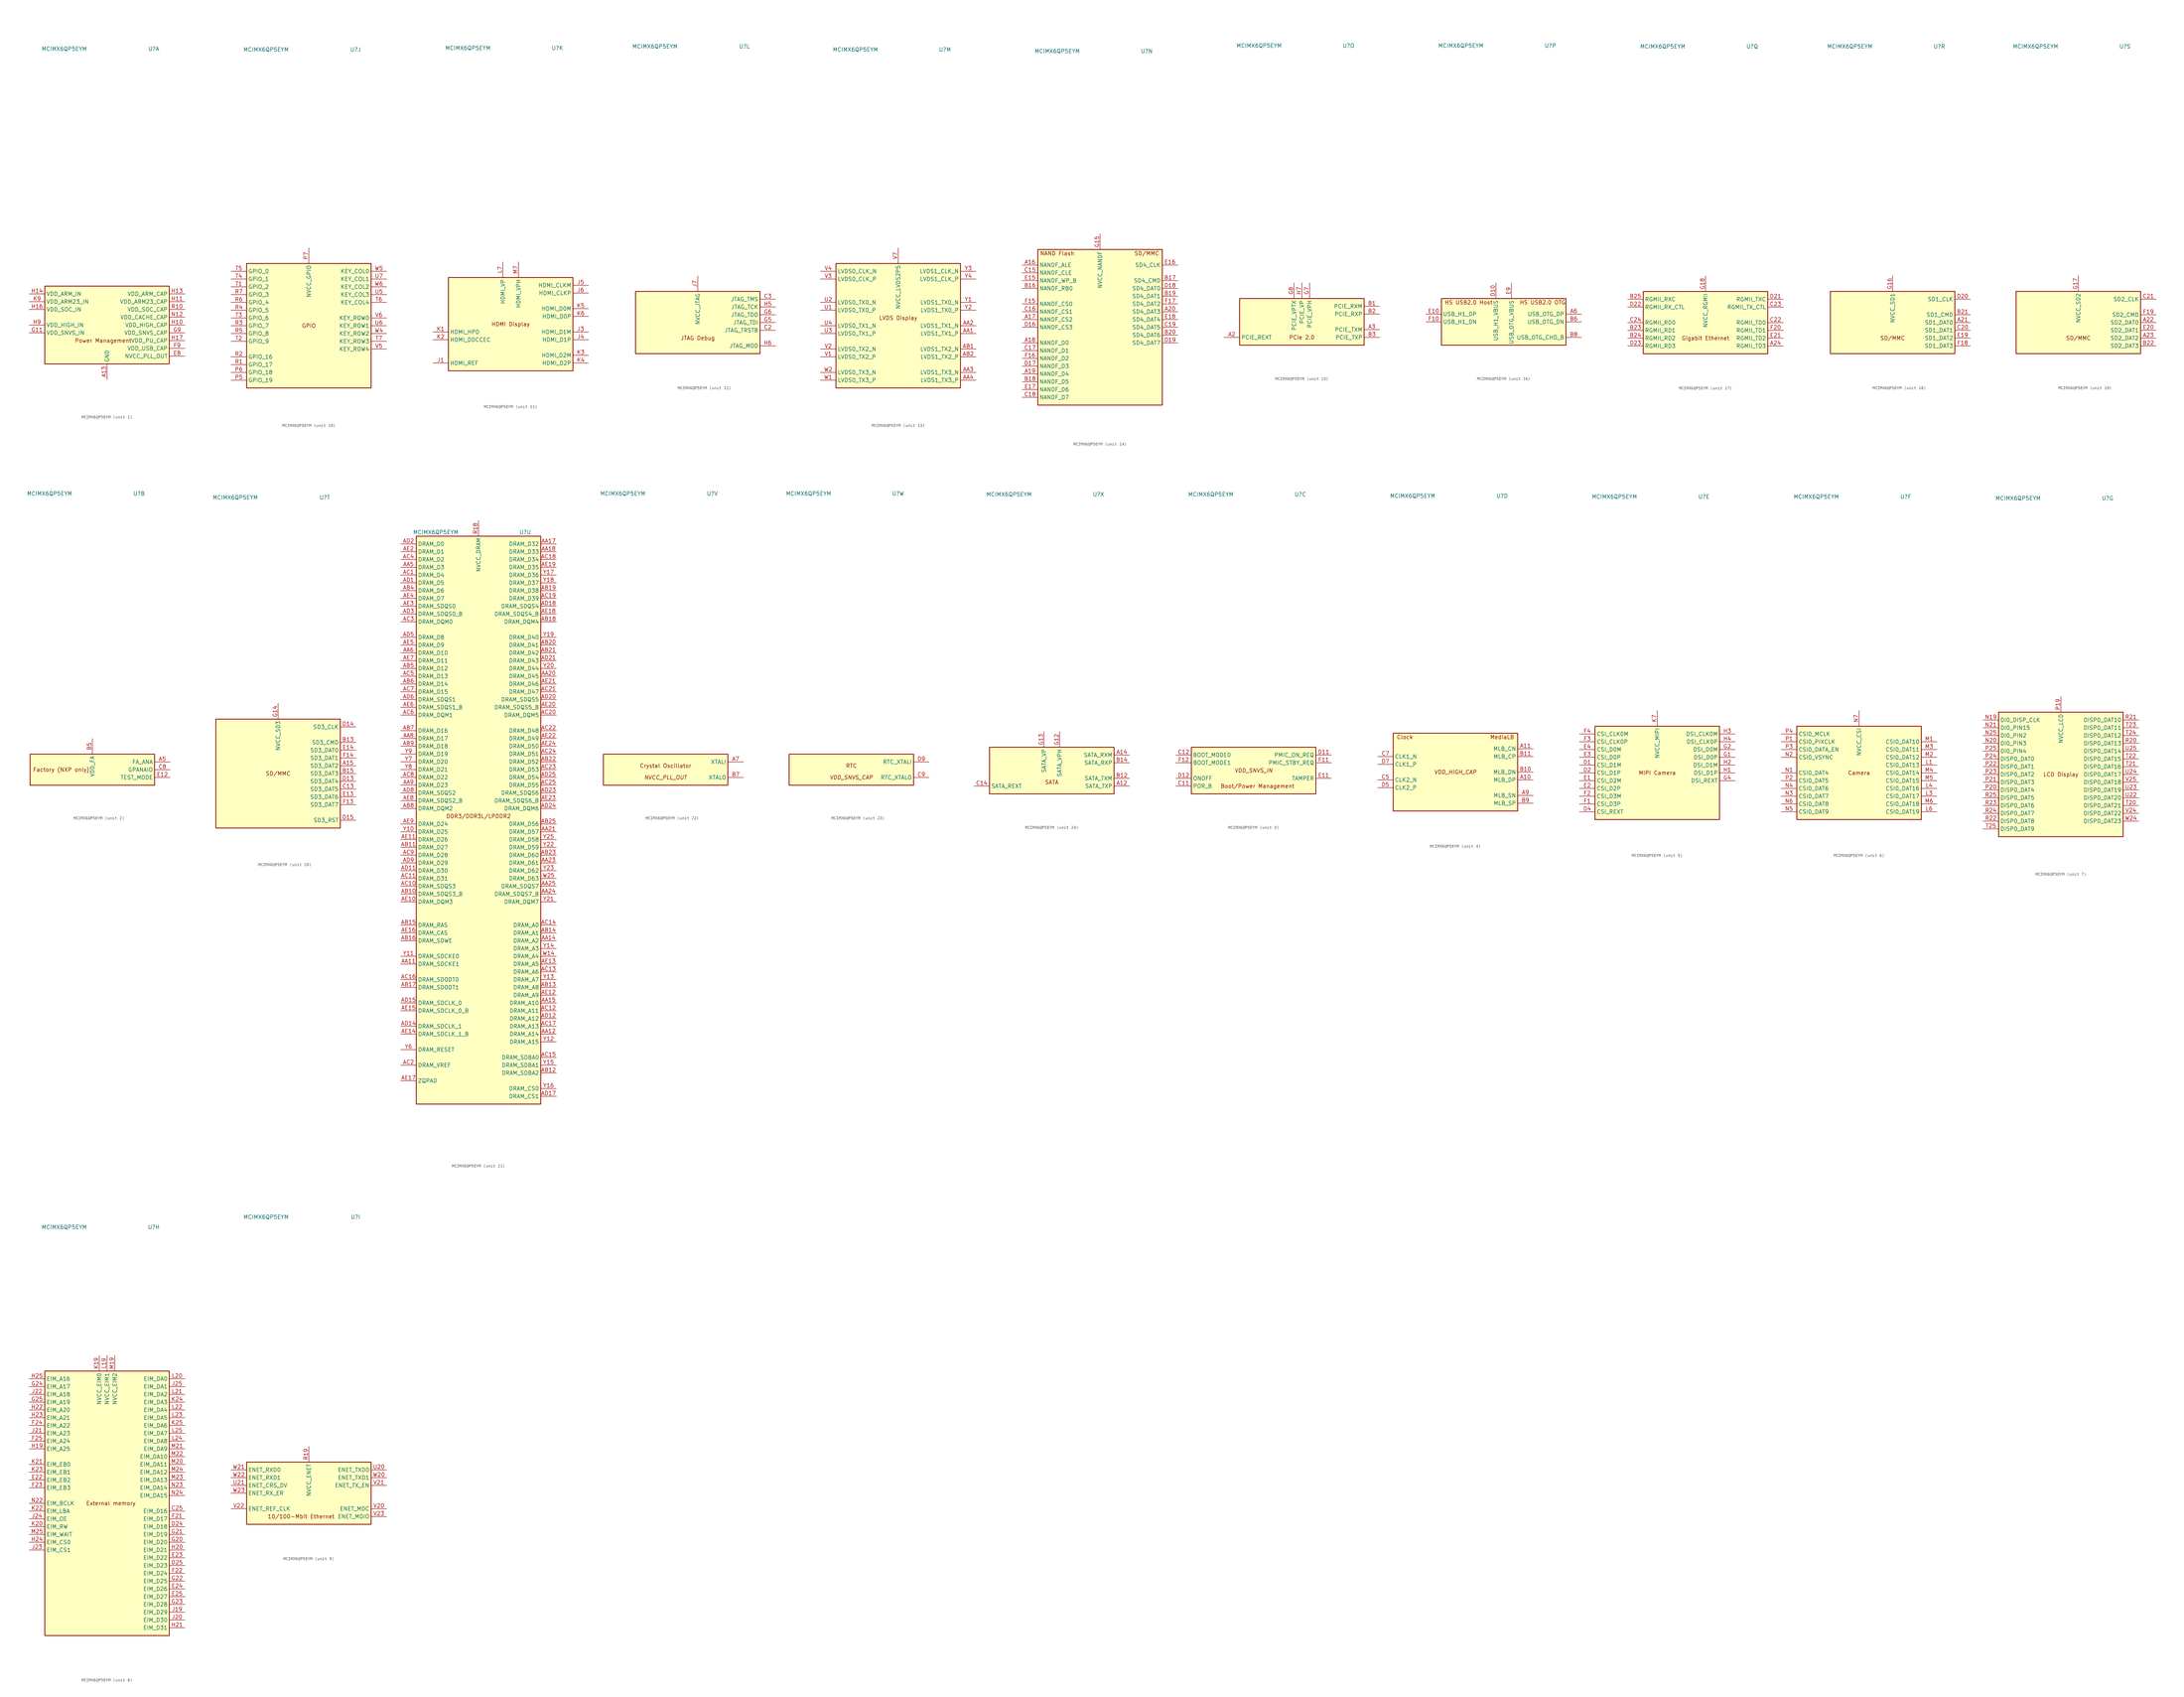
<source format=kicad_sym>
(kicad_symbol_lib
  (version 20211014)
  (generator kicad_symbol_editor)
  (symbol "MCIMX6QP5EYM"
    (property "Reference" "U"
      (at 15.24 90.17 0)
      (effects (font (size 1.27 1.27))))
    (property "Value" "MCIMX6QP5EYM"
      (at -13.97 90.17 0)
      (effects (font (size 1.27 1.27))))
    (property "ki_locked" ""
      (at 0 0 0)
      (effects (font (size 1.27 1.27))))
    (symbol "MCIMX6QP5EYM_1_0"
      (text "Power Management" (at -1.27 -5.08 0) (effects (font (size 1.27 1.27)))))
    (symbol "MCIMX6QP5EYM_1_1"
      (rectangle (start -20.32 12.7) (end 20.32 -12.7) (stroke (width 0.254) (type default) (color 0 0 0 0)) (fill (type background)))
      (pin power_in line (at 0 -17.78 90) (length 5.08) (name "GND" (effects (font (size 1.27 1.27)))) (number "A13" (effects (font (size 1.27 1.27)))))
      (pin passive line (at 0 -17.78 90) (length 5.08) hide (name "GND" (effects (font (size 1.27 1.27)))) (number "A25" (effects (font (size 1.27 1.27)))))
      (pin passive line (at 0 -17.78 90) (length 5.08) hide (name "GND" (effects (font (size 1.27 1.27)))) (number "A4" (effects (font (size 1.27 1.27)))))
      (pin passive line (at 0 -17.78 90) (length 5.08) hide (name "GND" (effects (font (size 1.27 1.27)))) (number "A8" (effects (font (size 1.27 1.27)))))
      (pin passive line (at 0 -17.78 90) (length 5.08) hide (name "GND" (effects (font (size 1.27 1.27)))) (number "AA10" (effects (font (size 1.27 1.27)))))
      (pin passive line (at 0 -17.78 90) (length 5.08) hide (name "GND" (effects (font (size 1.27 1.27)))) (number "AA13" (effects (font (size 1.27 1.27)))))
      (pin passive line (at 0 -17.78 90) (length 5.08) hide (name "GND" (effects (font (size 1.27 1.27)))) (number "AA16" (effects (font (size 1.27 1.27)))))
      (pin passive line (at 0 -17.78 90) (length 5.08) hide (name "GND" (effects (font (size 1.27 1.27)))) (number "AA19" (effects (font (size 1.27 1.27)))))
      (pin passive line (at 0 -17.78 90) (length 5.08) hide (name "GND" (effects (font (size 1.27 1.27)))) (number "AA22" (effects (font (size 1.27 1.27)))))
      (pin passive line (at 0 -17.78 90) (length 5.08) hide (name "GND" (effects (font (size 1.27 1.27)))) (number "AA7" (effects (font (size 1.27 1.27)))))
      (pin passive line (at 0 -17.78 90) (length 5.08) hide (name "GND" (effects (font (size 1.27 1.27)))) (number "AB24" (effects (font (size 1.27 1.27)))))
      (pin passive line (at 0 -17.78 90) (length 5.08) hide (name "GND" (effects (font (size 1.27 1.27)))) (number "AB3" (effects (font (size 1.27 1.27)))))
      (pin passive line (at 0 -17.78 90) (length 5.08) hide (name "GND" (effects (font (size 1.27 1.27)))) (number "AD10" (effects (font (size 1.27 1.27)))))
      (pin passive line (at 0 -17.78 90) (length 5.08) hide (name "GND" (effects (font (size 1.27 1.27)))) (number "AD13" (effects (font (size 1.27 1.27)))))
      (pin passive line (at 0 -17.78 90) (length 5.08) hide (name "GND" (effects (font (size 1.27 1.27)))) (number "AD16" (effects (font (size 1.27 1.27)))))
      (pin passive line (at 0 -17.78 90) (length 5.08) hide (name "GND" (effects (font (size 1.27 1.27)))) (number "AD19" (effects (font (size 1.27 1.27)))))
      (pin passive line (at 0 -17.78 90) (length 5.08) hide (name "GND" (effects (font (size 1.27 1.27)))) (number "AD22" (effects (font (size 1.27 1.27)))))
      (pin passive line (at 0 -17.78 90) (length 5.08) hide (name "GND" (effects (font (size 1.27 1.27)))) (number "AD4" (effects (font (size 1.27 1.27)))))
      (pin passive line (at 0 -17.78 90) (length 5.08) hide (name "GND" (effects (font (size 1.27 1.27)))) (number "AD7" (effects (font (size 1.27 1.27)))))
      (pin passive line (at 0 -17.78 90) (length 5.08) hide (name "GND" (effects (font (size 1.27 1.27)))) (number "AE1" (effects (font (size 1.27 1.27)))))
      (pin passive line (at 0 -17.78 90) (length 5.08) hide (name "GND" (effects (font (size 1.27 1.27)))) (number "AE25" (effects (font (size 1.27 1.27)))))
      (pin passive line (at 0 -17.78 90) (length 5.08) hide (name "GND" (effects (font (size 1.27 1.27)))) (number "B4" (effects (font (size 1.27 1.27)))))
      (pin passive line (at 0 -17.78 90) (length 5.08) hide (name "GND" (effects (font (size 1.27 1.27)))) (number "C1" (effects (font (size 1.27 1.27)))))
      (pin passive line (at 0 -17.78 90) (length 5.08) hide (name "GND" (effects (font (size 1.27 1.27)))) (number "C10" (effects (font (size 1.27 1.27)))))
      (pin passive line (at 0 -17.78 90) (length 5.08) hide (name "GND" (effects (font (size 1.27 1.27)))) (number "C4" (effects (font (size 1.27 1.27)))))
      (pin passive line (at 0 -17.78 90) (length 5.08) hide (name "GND" (effects (font (size 1.27 1.27)))) (number "C6" (effects (font (size 1.27 1.27)))))
      (pin passive line (at 0 -17.78 90) (length 5.08) hide (name "GND" (effects (font (size 1.27 1.27)))) (number "D3" (effects (font (size 1.27 1.27)))))
      (pin passive line (at 0 -17.78 90) (length 5.08) hide (name "GND" (effects (font (size 1.27 1.27)))) (number "D6" (effects (font (size 1.27 1.27)))))
      (pin passive line (at 0 -17.78 90) (length 5.08) hide (name "GND" (effects (font (size 1.27 1.27)))) (number "D8" (effects (font (size 1.27 1.27)))))
      (pin passive line (at 0 -17.78 90) (length 5.08) hide (name "GND" (effects (font (size 1.27 1.27)))) (number "E5" (effects (font (size 1.27 1.27)))))
      (pin passive line (at 0 -17.78 90) (length 5.08) hide (name "GND" (effects (font (size 1.27 1.27)))) (number "E6" (effects (font (size 1.27 1.27)))))
      (pin passive line (at 0 -17.78 90) (length 5.08) hide (name "GND" (effects (font (size 1.27 1.27)))) (number "E7" (effects (font (size 1.27 1.27)))))
      (pin power_out line (at 25.4 -10.16 180) (length 5.08) (name "NVCC_PLL_OUT" (effects (font (size 1.27 1.27)))) (number "E8" (effects (font (size 1.27 1.27)))))
      (pin passive line (at 0 -17.78 90) (length 5.08) hide (name "GND" (effects (font (size 1.27 1.27)))) (number "F5" (effects (font (size 1.27 1.27)))))
      (pin passive line (at 0 -17.78 90) (length 5.08) hide (name "GND" (effects (font (size 1.27 1.27)))) (number "F6" (effects (font (size 1.27 1.27)))))
      (pin passive line (at 0 -17.78 90) (length 5.08) hide (name "GND" (effects (font (size 1.27 1.27)))) (number "F7" (effects (font (size 1.27 1.27)))))
      (pin passive line (at 0 -17.78 90) (length 5.08) hide (name "GND" (effects (font (size 1.27 1.27)))) (number "F8" (effects (font (size 1.27 1.27)))))
      (pin power_out line (at 25.4 -7.62 180) (length 5.08) (name "VDD_USB_CAP" (effects (font (size 1.27 1.27)))) (number "F9" (effects (font (size 1.27 1.27)))))
      (pin passive line (at 0 -17.78 90) (length 5.08) hide (name "GND" (effects (font (size 1.27 1.27)))) (number "G10" (effects (font (size 1.27 1.27)))))
      (pin power_in line (at -25.4 -2.54 0) (length 5.08) (name "VDD_SNVS_IN" (effects (font (size 1.27 1.27)))) (number "G11" (effects (font (size 1.27 1.27)))))
      (pin passive line (at 0 -17.78 90) (length 5.08) hide (name "GND" (effects (font (size 1.27 1.27)))) (number "G19" (effects (font (size 1.27 1.27)))))
      (pin passive line (at 0 -17.78 90) (length 5.08) hide (name "GND" (effects (font (size 1.27 1.27)))) (number "G3" (effects (font (size 1.27 1.27)))))
      (pin power_out line (at 25.4 -2.54 180) (length 5.08) (name "VDD_SNVS_CAP" (effects (font (size 1.27 1.27)))) (number "G9" (effects (font (size 1.27 1.27)))))
      (pin power_out line (at 25.4 0 180) (length 5.08) (name "VDD_HIGH_CAP" (effects (font (size 1.27 1.27)))) (number "H10" (effects (font (size 1.27 1.27)))))
      (pin power_out line (at 25.4 7.62 180) (length 5.08) (name "VDD_ARM23_CAP" (effects (font (size 1.27 1.27)))) (number "H11" (effects (font (size 1.27 1.27)))))
      (pin passive line (at 0 -17.78 90) (length 5.08) hide (name "GND" (effects (font (size 1.27 1.27)))) (number "H12" (effects (font (size 1.27 1.27)))))
      (pin power_out line (at 25.4 10.16 180) (length 5.08) (name "VDD_ARM_CAP" (effects (font (size 1.27 1.27)))) (number "H13" (effects (font (size 1.27 1.27)))))
      (pin power_in line (at -25.4 10.16 0) (length 5.08) (name "VDD_ARM_IN" (effects (font (size 1.27 1.27)))) (number "H14" (effects (font (size 1.27 1.27)))))
      (pin passive line (at 0 -17.78 90) (length 5.08) hide (name "GND" (effects (font (size 1.27 1.27)))) (number "H15" (effects (font (size 1.27 1.27)))))
      (pin power_in line (at -25.4 5.08 0) (length 5.08) (name "VDD_SOC_IN" (effects (font (size 1.27 1.27)))) (number "H16" (effects (font (size 1.27 1.27)))))
      (pin power_out line (at 25.4 -5.08 180) (length 5.08) (name "VDD_PU_CAP" (effects (font (size 1.27 1.27)))) (number "H17" (effects (font (size 1.27 1.27)))))
      (pin passive line (at 0 -17.78 90) (length 5.08) hide (name "GND" (effects (font (size 1.27 1.27)))) (number "H18" (effects (font (size 1.27 1.27)))))
      (pin passive line (at 0 -17.78 90) (length 5.08) hide (name "GND" (effects (font (size 1.27 1.27)))) (number "H8" (effects (font (size 1.27 1.27)))))
      (pin power_in line (at -25.4 0 0) (length 5.08) (name "VDD_HIGH_IN" (effects (font (size 1.27 1.27)))) (number "H9" (effects (font (size 1.27 1.27)))))
      (pin passive line (at 25.4 0 180) (length 5.08) hide (name "VDD_HIGH_CAP" (effects (font (size 1.27 1.27)))) (number "J10" (effects (font (size 1.27 1.27)))))
      (pin passive line (at 25.4 7.62 180) (length 5.08) hide (name "VDD_ARM23_CAP" (effects (font (size 1.27 1.27)))) (number "J11" (effects (font (size 1.27 1.27)))))
      (pin passive line (at 0 -17.78 90) (length 5.08) hide (name "GND" (effects (font (size 1.27 1.27)))) (number "J12" (effects (font (size 1.27 1.27)))))
      (pin passive line (at 25.4 10.16 180) (length 5.08) hide (name "VDD_ARM_CAP" (effects (font (size 1.27 1.27)))) (number "J13" (effects (font (size 1.27 1.27)))))
      (pin passive line (at -25.4 10.16 0) (length 5.08) hide (name "VDD_ARM_IN" (effects (font (size 1.27 1.27)))) (number "J14" (effects (font (size 1.27 1.27)))))
      (pin passive line (at 0 -17.78 90) (length 5.08) hide (name "GND" (effects (font (size 1.27 1.27)))) (number "J15" (effects (font (size 1.27 1.27)))))
      (pin passive line (at -25.4 5.08 0) (length 5.08) hide (name "VDD_SOC_IN" (effects (font (size 1.27 1.27)))) (number "J16" (effects (font (size 1.27 1.27)))))
      (pin passive line (at 25.4 -5.08 180) (length 5.08) hide (name "VDD_PU_CAP" (effects (font (size 1.27 1.27)))) (number "J17" (effects (font (size 1.27 1.27)))))
      (pin passive line (at 0 -17.78 90) (length 5.08) hide (name "GND" (effects (font (size 1.27 1.27)))) (number "J18" (effects (font (size 1.27 1.27)))))
      (pin passive line (at 0 -17.78 90) (length 5.08) hide (name "GND" (effects (font (size 1.27 1.27)))) (number "J2" (effects (font (size 1.27 1.27)))))
      (pin passive line (at 0 -17.78 90) (length 5.08) hide (name "GND" (effects (font (size 1.27 1.27)))) (number "J8" (effects (font (size 1.27 1.27)))))
      (pin passive line (at -25.4 0 0) (length 5.08) hide (name "VDD_HIGH_IN" (effects (font (size 1.27 1.27)))) (number "J9" (effects (font (size 1.27 1.27)))))
      (pin passive line (at 0 -17.78 90) (length 5.08) hide (name "GND" (effects (font (size 1.27 1.27)))) (number "K10" (effects (font (size 1.27 1.27)))))
      (pin passive line (at 25.4 7.62 180) (length 5.08) hide (name "VDD_ARM23_CAP" (effects (font (size 1.27 1.27)))) (number "K11" (effects (font (size 1.27 1.27)))))
      (pin passive line (at 0 -17.78 90) (length 5.08) hide (name "GND" (effects (font (size 1.27 1.27)))) (number "K12" (effects (font (size 1.27 1.27)))))
      (pin passive line (at 25.4 10.16 180) (length 5.08) hide (name "VDD_ARM_CAP" (effects (font (size 1.27 1.27)))) (number "K13" (effects (font (size 1.27 1.27)))))
      (pin passive line (at -25.4 10.16 0) (length 5.08) hide (name "VDD_ARM_IN" (effects (font (size 1.27 1.27)))) (number "K14" (effects (font (size 1.27 1.27)))))
      (pin passive line (at 0 -17.78 90) (length 5.08) hide (name "GND" (effects (font (size 1.27 1.27)))) (number "K15" (effects (font (size 1.27 1.27)))))
      (pin passive line (at -25.4 5.08 0) (length 5.08) hide (name "VDD_SOC_IN" (effects (font (size 1.27 1.27)))) (number "K16" (effects (font (size 1.27 1.27)))))
      (pin passive line (at 25.4 -5.08 180) (length 5.08) hide (name "VDD_PU_CAP" (effects (font (size 1.27 1.27)))) (number "K17" (effects (font (size 1.27 1.27)))))
      (pin passive line (at 0 -17.78 90) (length 5.08) hide (name "GND" (effects (font (size 1.27 1.27)))) (number "K18" (effects (font (size 1.27 1.27)))))
      (pin passive line (at 0 -17.78 90) (length 5.08) hide (name "GND" (effects (font (size 1.27 1.27)))) (number "K8" (effects (font (size 1.27 1.27)))))
      (pin power_in line (at -25.4 7.62 0) (length 5.08) (name "VDD_ARM23_IN" (effects (font (size 1.27 1.27)))) (number "K9" (effects (font (size 1.27 1.27)))))
      (pin passive line (at 0 -17.78 90) (length 5.08) hide (name "GND" (effects (font (size 1.27 1.27)))) (number "L10" (effects (font (size 1.27 1.27)))))
      (pin passive line (at 25.4 7.62 180) (length 5.08) hide (name "VDD_ARM23_CAP" (effects (font (size 1.27 1.27)))) (number "L11" (effects (font (size 1.27 1.27)))))
      (pin passive line (at 0 -17.78 90) (length 5.08) hide (name "GND" (effects (font (size 1.27 1.27)))) (number "L12" (effects (font (size 1.27 1.27)))))
      (pin passive line (at 25.4 10.16 180) (length 5.08) hide (name "VDD_ARM_CAP" (effects (font (size 1.27 1.27)))) (number "L13" (effects (font (size 1.27 1.27)))))
      (pin passive line (at -25.4 10.16 0) (length 5.08) hide (name "VDD_ARM_IN" (effects (font (size 1.27 1.27)))) (number "L14" (effects (font (size 1.27 1.27)))))
      (pin passive line (at 0 -17.78 90) (length 5.08) hide (name "GND" (effects (font (size 1.27 1.27)))) (number "L15" (effects (font (size 1.27 1.27)))))
      (pin passive line (at -25.4 5.08 0) (length 5.08) hide (name "VDD_SOC_IN" (effects (font (size 1.27 1.27)))) (number "L16" (effects (font (size 1.27 1.27)))))
      (pin passive line (at 25.4 -5.08 180) (length 5.08) hide (name "VDD_PU_CAP" (effects (font (size 1.27 1.27)))) (number "L17" (effects (font (size 1.27 1.27)))))
      (pin passive line (at 0 -17.78 90) (length 5.08) hide (name "GND" (effects (font (size 1.27 1.27)))) (number "L18" (effects (font (size 1.27 1.27)))))
      (pin passive line (at 0 -17.78 90) (length 5.08) hide (name "GND" (effects (font (size 1.27 1.27)))) (number "L2" (effects (font (size 1.27 1.27)))))
      (pin passive line (at 0 -17.78 90) (length 5.08) hide (name "GND" (effects (font (size 1.27 1.27)))) (number "L5" (effects (font (size 1.27 1.27)))))
      (pin passive line (at 0 -17.78 90) (length 5.08) hide (name "GND" (effects (font (size 1.27 1.27)))) (number "L8" (effects (font (size 1.27 1.27)))))
      (pin passive line (at -25.4 7.62 0) (length 5.08) hide (name "VDD_ARM23_IN" (effects (font (size 1.27 1.27)))) (number "L9" (effects (font (size 1.27 1.27)))))
      (pin passive line (at 0 -17.78 90) (length 5.08) hide (name "GND" (effects (font (size 1.27 1.27)))) (number "M10" (effects (font (size 1.27 1.27)))))
      (pin passive line (at 25.4 7.62 180) (length 5.08) hide (name "VDD_ARM23_CAP" (effects (font (size 1.27 1.27)))) (number "M11" (effects (font (size 1.27 1.27)))))
      (pin passive line (at 0 -17.78 90) (length 5.08) hide (name "GND" (effects (font (size 1.27 1.27)))) (number "M12" (effects (font (size 1.27 1.27)))))
      (pin passive line (at 25.4 10.16 180) (length 5.08) hide (name "VDD_ARM_CAP" (effects (font (size 1.27 1.27)))) (number "M13" (effects (font (size 1.27 1.27)))))
      (pin passive line (at -25.4 10.16 0) (length 5.08) hide (name "VDD_ARM_IN" (effects (font (size 1.27 1.27)))) (number "M14" (effects (font (size 1.27 1.27)))))
      (pin passive line (at 0 -17.78 90) (length 5.08) hide (name "GND" (effects (font (size 1.27 1.27)))) (number "M15" (effects (font (size 1.27 1.27)))))
      (pin passive line (at -25.4 5.08 0) (length 5.08) hide (name "VDD_SOC_IN" (effects (font (size 1.27 1.27)))) (number "M16" (effects (font (size 1.27 1.27)))))
      (pin passive line (at 25.4 -5.08 180) (length 5.08) hide (name "VDD_PU_CAP" (effects (font (size 1.27 1.27)))) (number "M17" (effects (font (size 1.27 1.27)))))
      (pin passive line (at 0 -17.78 90) (length 5.08) hide (name "GND" (effects (font (size 1.27 1.27)))) (number "M18" (effects (font (size 1.27 1.27)))))
      (pin passive line (at 0 -17.78 90) (length 5.08) hide (name "GND" (effects (font (size 1.27 1.27)))) (number "M8" (effects (font (size 1.27 1.27)))))
      (pin passive line (at -25.4 7.62 0) (length 5.08) hide (name "VDD_ARM23_IN" (effects (font (size 1.27 1.27)))) (number "M9" (effects (font (size 1.27 1.27)))))
      (pin passive line (at 0 -17.78 90) (length 5.08) hide (name "GND" (effects (font (size 1.27 1.27)))) (number "N10" (effects (font (size 1.27 1.27)))))
      (pin passive line (at 25.4 7.62 180) (length 5.08) hide (name "VDD_ARM23_CAP" (effects (font (size 1.27 1.27)))) (number "N11" (effects (font (size 1.27 1.27)))))
      (pin power_in line (at 25.4 2.54 180) (length 5.08) (name "VDD_CACHE_CAP" (effects (font (size 1.27 1.27)))) (number "N12" (effects (font (size 1.27 1.27)))))
      (pin passive line (at 25.4 10.16 180) (length 5.08) hide (name "VDD_ARM_CAP" (effects (font (size 1.27 1.27)))) (number "N13" (effects (font (size 1.27 1.27)))))
      (pin passive line (at -25.4 10.16 0) (length 5.08) hide (name "VDD_ARM_IN" (effects (font (size 1.27 1.27)))) (number "N14" (effects (font (size 1.27 1.27)))))
      (pin passive line (at 0 -17.78 90) (length 5.08) hide (name "GND" (effects (font (size 1.27 1.27)))) (number "N15" (effects (font (size 1.27 1.27)))))
      (pin passive line (at -25.4 5.08 0) (length 5.08) hide (name "VDD_SOC_IN" (effects (font (size 1.27 1.27)))) (number "N16" (effects (font (size 1.27 1.27)))))
      (pin passive line (at 25.4 -5.08 180) (length 5.08) hide (name "VDD_PU_CAP" (effects (font (size 1.27 1.27)))) (number "N17" (effects (font (size 1.27 1.27)))))
      (pin passive line (at 0 -17.78 90) (length 5.08) hide (name "GND" (effects (font (size 1.27 1.27)))) (number "N18" (effects (font (size 1.27 1.27)))))
      (pin passive line (at 0 -17.78 90) (length 5.08) hide (name "GND" (effects (font (size 1.27 1.27)))) (number "N8" (effects (font (size 1.27 1.27)))))
      (pin passive line (at -25.4 7.62 0) (length 5.08) hide (name "VDD_ARM23_IN" (effects (font (size 1.27 1.27)))) (number "N9" (effects (font (size 1.27 1.27)))))
      (pin passive line (at 0 -17.78 90) (length 5.08) hide (name "GND" (effects (font (size 1.27 1.27)))) (number "P10" (effects (font (size 1.27 1.27)))))
      (pin passive line (at 25.4 7.62 180) (length 5.08) hide (name "VDD_ARM23_CAP" (effects (font (size 1.27 1.27)))) (number "P11" (effects (font (size 1.27 1.27)))))
      (pin passive line (at 0 -17.78 90) (length 5.08) hide (name "GND" (effects (font (size 1.27 1.27)))) (number "P12" (effects (font (size 1.27 1.27)))))
      (pin passive line (at 25.4 10.16 180) (length 5.08) hide (name "VDD_ARM_CAP" (effects (font (size 1.27 1.27)))) (number "P13" (effects (font (size 1.27 1.27)))))
      (pin passive line (at -25.4 10.16 0) (length 5.08) hide (name "VDD_ARM_IN" (effects (font (size 1.27 1.27)))) (number "P14" (effects (font (size 1.27 1.27)))))
      (pin passive line (at 0 -17.78 90) (length 5.08) hide (name "GND" (effects (font (size 1.27 1.27)))) (number "P15" (effects (font (size 1.27 1.27)))))
      (pin passive line (at -25.4 5.08 0) (length 5.08) hide (name "VDD_SOC_IN" (effects (font (size 1.27 1.27)))) (number "P16" (effects (font (size 1.27 1.27)))))
      (pin passive line (at 25.4 -5.08 180) (length 5.08) hide (name "VDD_PU_CAP" (effects (font (size 1.27 1.27)))) (number "P17" (effects (font (size 1.27 1.27)))))
      (pin passive line (at 0 -17.78 90) (length 5.08) hide (name "GND" (effects (font (size 1.27 1.27)))) (number "P18" (effects (font (size 1.27 1.27)))))
      (pin passive line (at 0 -17.78 90) (length 5.08) hide (name "GND" (effects (font (size 1.27 1.27)))) (number "P8" (effects (font (size 1.27 1.27)))))
      (pin passive line (at -25.4 7.62 0) (length 5.08) hide (name "VDD_ARM23_IN" (effects (font (size 1.27 1.27)))) (number "P9" (effects (font (size 1.27 1.27)))))
      (pin power_out line (at 25.4 5.08 180) (length 5.08) (name "VDD_SOC_CAP" (effects (font (size 1.27 1.27)))) (number "R10" (effects (font (size 1.27 1.27)))))
      (pin passive line (at 25.4 7.62 180) (length 5.08) hide (name "VDD_ARM23_CAP" (effects (font (size 1.27 1.27)))) (number "R11" (effects (font (size 1.27 1.27)))))
      (pin passive line (at 0 -17.78 90) (length 5.08) hide (name "GND" (effects (font (size 1.27 1.27)))) (number "R12" (effects (font (size 1.27 1.27)))))
      (pin passive line (at 25.4 10.16 180) (length 5.08) hide (name "VDD_ARM_CAP" (effects (font (size 1.27 1.27)))) (number "R13" (effects (font (size 1.27 1.27)))))
      (pin passive line (at -25.4 10.16 0) (length 5.08) hide (name "VDD_ARM_IN" (effects (font (size 1.27 1.27)))) (number "R14" (effects (font (size 1.27 1.27)))))
      (pin passive line (at 0 -17.78 90) (length 5.08) hide (name "GND" (effects (font (size 1.27 1.27)))) (number "R15" (effects (font (size 1.27 1.27)))))
      (pin passive line (at -25.4 5.08 0) (length 5.08) hide (name "VDD_SOC_IN" (effects (font (size 1.27 1.27)))) (number "R16" (effects (font (size 1.27 1.27)))))
      (pin passive line (at 0 -17.78 90) (length 5.08) hide (name "GND" (effects (font (size 1.27 1.27)))) (number "R17" (effects (font (size 1.27 1.27)))))
      (pin passive line (at 0 -17.78 90) (length 5.08) hide (name "GND" (effects (font (size 1.27 1.27)))) (number "R8" (effects (font (size 1.27 1.27)))))
      (pin passive line (at -25.4 7.62 0) (length 5.08) hide (name "VDD_ARM23_IN" (effects (font (size 1.27 1.27)))) (number "R9" (effects (font (size 1.27 1.27)))))
      (pin passive line (at 25.4 5.08 180) (length 5.08) hide (name "VDD_SOC_CAP" (effects (font (size 1.27 1.27)))) (number "T10" (effects (font (size 1.27 1.27)))))
      (pin passive line (at 0 -17.78 90) (length 5.08) hide (name "GND" (effects (font (size 1.27 1.27)))) (number "T11" (effects (font (size 1.27 1.27)))))
      (pin passive line (at 0 -17.78 90) (length 5.08) hide (name "GND" (effects (font (size 1.27 1.27)))) (number "T12" (effects (font (size 1.27 1.27)))))
      (pin passive line (at 25.4 5.08 180) (length 5.08) hide (name "VDD_SOC_CAP" (effects (font (size 1.27 1.27)))) (number "T13" (effects (font (size 1.27 1.27)))))
      (pin passive line (at 25.4 5.08 180) (length 5.08) hide (name "VDD_SOC_CAP" (effects (font (size 1.27 1.27)))) (number "T14" (effects (font (size 1.27 1.27)))))
      (pin passive line (at 0 -17.78 90) (length 5.08) hide (name "GND" (effects (font (size 1.27 1.27)))) (number "T15" (effects (font (size 1.27 1.27)))))
      (pin passive line (at -25.4 5.08 0) (length 5.08) hide (name "VDD_SOC_IN" (effects (font (size 1.27 1.27)))) (number "T16" (effects (font (size 1.27 1.27)))))
      (pin passive line (at 0 -17.78 90) (length 5.08) hide (name "GND" (effects (font (size 1.27 1.27)))) (number "T17" (effects (font (size 1.27 1.27)))))
      (pin passive line (at 0 -17.78 90) (length 5.08) hide (name "GND" (effects (font (size 1.27 1.27)))) (number "T19" (effects (font (size 1.27 1.27)))))
      (pin passive line (at 0 -17.78 90) (length 5.08) hide (name "GND" (effects (font (size 1.27 1.27)))) (number "T8" (effects (font (size 1.27 1.27)))))
      (pin passive line (at -25.4 7.62 0) (length 5.08) hide (name "VDD_ARM23_IN" (effects (font (size 1.27 1.27)))) (number "T9" (effects (font (size 1.27 1.27)))))
      (pin passive line (at 25.4 5.08 180) (length 5.08) hide (name "VDD_SOC_CAP" (effects (font (size 1.27 1.27)))) (number "U10" (effects (font (size 1.27 1.27)))))
      (pin passive line (at 0 -17.78 90) (length 5.08) hide (name "GND" (effects (font (size 1.27 1.27)))) (number "U11" (effects (font (size 1.27 1.27)))))
      (pin passive line (at 0 -17.78 90) (length 5.08) hide (name "GND" (effects (font (size 1.27 1.27)))) (number "U12" (effects (font (size 1.27 1.27)))))
      (pin passive line (at 25.4 5.08 180) (length 5.08) hide (name "VDD_SOC_CAP" (effects (font (size 1.27 1.27)))) (number "U13" (effects (font (size 1.27 1.27)))))
      (pin passive line (at 25.4 5.08 180) (length 5.08) hide (name "VDD_SOC_CAP" (effects (font (size 1.27 1.27)))) (number "U14" (effects (font (size 1.27 1.27)))))
      (pin passive line (at 0 -17.78 90) (length 5.08) hide (name "GND" (effects (font (size 1.27 1.27)))) (number "U15" (effects (font (size 1.27 1.27)))))
      (pin passive line (at -25.4 5.08 0) (length 5.08) hide (name "VDD_SOC_IN" (effects (font (size 1.27 1.27)))) (number "U16" (effects (font (size 1.27 1.27)))))
      (pin passive line (at 0 -17.78 90) (length 5.08) hide (name "GND" (effects (font (size 1.27 1.27)))) (number "U17" (effects (font (size 1.27 1.27)))))
      (pin passive line (at 0 -17.78 90) (length 5.08) hide (name "GND" (effects (font (size 1.27 1.27)))) (number "U19" (effects (font (size 1.27 1.27)))))
      (pin passive line (at 0 -17.78 90) (length 5.08) hide (name "GND" (effects (font (size 1.27 1.27)))) (number "U8" (effects (font (size 1.27 1.27)))))
      (pin passive line (at -25.4 7.62 0) (length 5.08) hide (name "VDD_ARM23_IN" (effects (font (size 1.27 1.27)))) (number "U9" (effects (font (size 1.27 1.27)))))
      (pin passive line (at 0 -17.78 90) (length 5.08) hide (name "GND" (effects (font (size 1.27 1.27)))) (number "V19" (effects (font (size 1.27 1.27)))))
      (pin passive line (at 0 -17.78 90) (length 5.08) hide (name "GND" (effects (font (size 1.27 1.27)))) (number "V8" (effects (font (size 1.27 1.27)))))
      (pin passive line (at 0 -17.78 90) (length 5.08) hide (name "GND" (effects (font (size 1.27 1.27)))) (number "W10" (effects (font (size 1.27 1.27)))))
      (pin passive line (at 0 -17.78 90) (length 5.08) hide (name "GND" (effects (font (size 1.27 1.27)))) (number "W11" (effects (font (size 1.27 1.27)))))
      (pin passive line (at 0 -17.78 90) (length 5.08) hide (name "GND" (effects (font (size 1.27 1.27)))) (number "W12" (effects (font (size 1.27 1.27)))))
      (pin passive line (at 0 -17.78 90) (length 5.08) hide (name "GND" (effects (font (size 1.27 1.27)))) (number "W13" (effects (font (size 1.27 1.27)))))
      (pin passive line (at 0 -17.78 90) (length 5.08) hide (name "GND" (effects (font (size 1.27 1.27)))) (number "W15" (effects (font (size 1.27 1.27)))))
      (pin passive line (at 0 -17.78 90) (length 5.08) hide (name "GND" (effects (font (size 1.27 1.27)))) (number "W16" (effects (font (size 1.27 1.27)))))
      (pin passive line (at 0 -17.78 90) (length 5.08) hide (name "GND" (effects (font (size 1.27 1.27)))) (number "W17" (effects (font (size 1.27 1.27)))))
      (pin passive line (at 0 -17.78 90) (length 5.08) hide (name "GND" (effects (font (size 1.27 1.27)))) (number "W18" (effects (font (size 1.27 1.27)))))
      (pin passive line (at 0 -17.78 90) (length 5.08) hide (name "GND" (effects (font (size 1.27 1.27)))) (number "W19" (effects (font (size 1.27 1.27)))))
      (pin passive line (at 0 -17.78 90) (length 5.08) hide (name "GND" (effects (font (size 1.27 1.27)))) (number "W3" (effects (font (size 1.27 1.27)))))
      (pin passive line (at 0 -17.78 90) (length 5.08) hide (name "GND" (effects (font (size 1.27 1.27)))) (number "W7" (effects (font (size 1.27 1.27)))))
      (pin passive line (at 0 -17.78 90) (length 5.08) hide (name "GND" (effects (font (size 1.27 1.27)))) (number "W8" (effects (font (size 1.27 1.27)))))
      (pin passive line (at 0 -17.78 90) (length 5.08) hide (name "GND" (effects (font (size 1.27 1.27)))) (number "W9" (effects (font (size 1.27 1.27)))))
      (pin passive line (at 0 -17.78 90) (length 5.08) hide (name "GND" (effects (font (size 1.27 1.27)))) (number "Y24" (effects (font (size 1.27 1.27)))))
      (pin passive line (at 0 -17.78 90) (length 5.08) hide (name "GND" (effects (font (size 1.27 1.27)))) (number "Y5" (effects (font (size 1.27 1.27))))))
    (symbol "MCIMX6QP5EYM_2_0"
      (text "Factory (NXP only)" (at -10.16 0 0) (effects (font (size 1.27 1.27)))))
    (symbol "MCIMX6QP5EYM_2_1"
      (rectangle (start -20.32 5.08) (end 20.32 -5.08) (stroke (width 0.254) (type default) (color 0 0 0 0)) (fill (type background)))
      (pin passive line (at 25.4 2.54 180) (length 5.08) (name "FA_ANA" (effects (font (size 1.27 1.27)))) (number "A5" (effects (font (size 1.27 1.27)))))
      (pin passive line (at 0 10.16 270) (length 5.08) (name "VDD_FA" (effects (font (size 1.27 1.27)))) (number "B5" (effects (font (size 1.27 1.27)))))
      (pin passive line (at 25.4 0 180) (length 5.08) (name "GPANAIO" (effects (font (size 1.27 1.27)))) (number "C8" (effects (font (size 1.27 1.27)))))
      (pin passive line (at 25.4 -2.54 180) (length 5.08) (name "TEST_MODE" (effects (font (size 1.27 1.27)))) (number "E12" (effects (font (size 1.27 1.27))))))
    (symbol "MCIMX6QP5EYM_3_0"
      (text "Boot/Power Management" (at 1.27 -5.08 0) (effects (font (size 1.27 1.27)))))
    (symbol "MCIMX6QP5EYM_3_1"
      (rectangle (start -20.32 7.62) (end 20.32 -7.62) (stroke (width 0.254) (type default) (color 0 0 0 0)) (fill (type background)))
      (text "VDD_SNVS_IN" (at 0 0 0) (effects (font (size 1.27 1.27) italic)))
      (pin input line (at -25.4 -5.08 0) (length 5.08) (name "POR_B" (effects (font (size 1.27 1.27)))) (number "C11" (effects (font (size 1.27 1.27)))))
      (pin input line (at -25.4 5.08 0) (length 5.08) (name "BOOT_MODE0" (effects (font (size 1.27 1.27)))) (number "C12" (effects (font (size 1.27 1.27)))))
      (pin output line (at 25.4 5.08 180) (length 5.08) (name "PMIC_ON_REQ" (effects (font (size 1.27 1.27)))) (number "D11" (effects (font (size 1.27 1.27)))))
      (pin input line (at -25.4 -2.54 0) (length 5.08) (name "ONOFF" (effects (font (size 1.27 1.27)))) (number "D12" (effects (font (size 1.27 1.27)))))
      (pin input line (at 25.4 -2.54 180) (length 5.08) (name "TAMPER" (effects (font (size 1.27 1.27)))) (number "E11" (effects (font (size 1.27 1.27)))))
      (pin output line (at 25.4 2.54 180) (length 5.08) (name "PMIC_STBY_REQ" (effects (font (size 1.27 1.27)))) (number "F11" (effects (font (size 1.27 1.27)))))
      (pin input line (at -25.4 2.54 0) (length 5.08) (name "BOOT_MODE1" (effects (font (size 1.27 1.27)))) (number "F12" (effects (font (size 1.27 1.27))))))
    (symbol "MCIMX6QP5EYM_4_0"
      (text "Clock" (at -16.51 11.43 0) (effects (font (size 1.27 1.27))))
      (text "MediaLB" (at 15.24 11.43 0) (effects (font (size 1.27 1.27)))))
    (symbol "MCIMX6QP5EYM_4_1"
      (rectangle (start -20.32 12.7) (end 20.32 -12.7) (stroke (width 0.254) (type default) (color 0 0 0 0)) (fill (type background)))
      (text "VDD_HIGH_CAP" (at 0 0 0) (effects (font (size 1.27 1.27) italic)))
      (pin bidirectional line (at 25.4 -2.54 180) (length 5.08) (name "MLB_DP" (effects (font (size 1.27 1.27)))) (number "A10" (effects (font (size 1.27 1.27)))))
      (pin input line (at 25.4 7.62 180) (length 5.08) (name "MLB_CN" (effects (font (size 1.27 1.27)))) (number "A11" (effects (font (size 1.27 1.27)))))
      (pin bidirectional line (at 25.4 -7.62 180) (length 5.08) (name "MLB_SN" (effects (font (size 1.27 1.27)))) (number "A9" (effects (font (size 1.27 1.27)))))
      (pin bidirectional line (at 25.4 0 180) (length 5.08) (name "MLB_DN" (effects (font (size 1.27 1.27)))) (number "B10" (effects (font (size 1.27 1.27)))))
      (pin input line (at 25.4 5.08 180) (length 5.08) (name "MLB_CP" (effects (font (size 1.27 1.27)))) (number "B11" (effects (font (size 1.27 1.27)))))
      (pin bidirectional line (at 25.4 -10.16 180) (length 5.08) (name "MLB_SP" (effects (font (size 1.27 1.27)))) (number "B9" (effects (font (size 1.27 1.27)))))
      (pin bidirectional line (at -25.4 -2.54 0) (length 5.08) (name "CLK2_N" (effects (font (size 1.27 1.27)))) (number "C5" (effects (font (size 1.27 1.27)))))
      (pin bidirectional line (at -25.4 5.08 0) (length 5.08) (name "CLK1_N" (effects (font (size 1.27 1.27)))) (number "C7" (effects (font (size 1.27 1.27)))))
      (pin bidirectional line (at -25.4 -5.08 0) (length 5.08) (name "CLK2_P" (effects (font (size 1.27 1.27)))) (number "D5" (effects (font (size 1.27 1.27)))))
      (pin bidirectional line (at -25.4 2.54 0) (length 5.08) (name "CLK1_P" (effects (font (size 1.27 1.27)))) (number "D7" (effects (font (size 1.27 1.27))))))
    (symbol "MCIMX6QP5EYM_5_0"
      (text "MIPI Camera" (at 0 0 0) (effects (font (size 1.27 1.27)))))
    (symbol "MCIMX6QP5EYM_5_1"
      (rectangle (start -20.32 15.24) (end 20.32 -15.24) (stroke (width 0.254) (type default) (color 0 0 0 0)) (fill (type background)))
      (pin input line (at -25.4 2.54 0) (length 5.08) (name "CSI_D1M" (effects (font (size 1.27 1.27)))) (number "D1" (effects (font (size 1.27 1.27)))))
      (pin input line (at -25.4 0 0) (length 5.08) (name "CSI_D1P" (effects (font (size 1.27 1.27)))) (number "D2" (effects (font (size 1.27 1.27)))))
      (pin passive line (at -25.4 -12.7 0) (length 5.08) (name "CSI_REXT" (effects (font (size 1.27 1.27)))) (number "D4" (effects (font (size 1.27 1.27)))))
      (pin input line (at -25.4 -2.54 0) (length 5.08) (name "CSI_D2M" (effects (font (size 1.27 1.27)))) (number "E1" (effects (font (size 1.27 1.27)))))
      (pin input line (at -25.4 -5.08 0) (length 5.08) (name "CSI_D2P" (effects (font (size 1.27 1.27)))) (number "E2" (effects (font (size 1.27 1.27)))))
      (pin input line (at -25.4 5.08 0) (length 5.08) (name "CSI_D0P" (effects (font (size 1.27 1.27)))) (number "E3" (effects (font (size 1.27 1.27)))))
      (pin input line (at -25.4 7.62 0) (length 5.08) (name "CSI_D0M" (effects (font (size 1.27 1.27)))) (number "E4" (effects (font (size 1.27 1.27)))))
      (pin input line (at -25.4 -10.16 0) (length 5.08) (name "CSI_D3P" (effects (font (size 1.27 1.27)))) (number "F1" (effects (font (size 1.27 1.27)))))
      (pin input line (at -25.4 -7.62 0) (length 5.08) (name "CSI_D3M" (effects (font (size 1.27 1.27)))) (number "F2" (effects (font (size 1.27 1.27)))))
      (pin input line (at -25.4 10.16 0) (length 5.08) (name "CSI_CLK0P" (effects (font (size 1.27 1.27)))) (number "F3" (effects (font (size 1.27 1.27)))))
      (pin input line (at -25.4 12.7 0) (length 5.08) (name "CSI_CLK0M" (effects (font (size 1.27 1.27)))) (number "F4" (effects (font (size 1.27 1.27)))))
      (pin output line (at 25.4 5.08 180) (length 5.08) (name "DSI_D0P" (effects (font (size 1.27 1.27)))) (number "G1" (effects (font (size 1.27 1.27)))))
      (pin output line (at 25.4 7.62 180) (length 5.08) (name "DSI_D0M" (effects (font (size 1.27 1.27)))) (number "G2" (effects (font (size 1.27 1.27)))))
      (pin passive line (at 25.4 -2.54 180) (length 5.08) (name "DSI_REXT" (effects (font (size 1.27 1.27)))) (number "G4" (effects (font (size 1.27 1.27)))))
      (pin output line (at 25.4 0 180) (length 5.08) (name "DSI_D1P" (effects (font (size 1.27 1.27)))) (number "H1" (effects (font (size 1.27 1.27)))))
      (pin output line (at 25.4 2.54 180) (length 5.08) (name "DSI_D1M" (effects (font (size 1.27 1.27)))) (number "H2" (effects (font (size 1.27 1.27)))))
      (pin output line (at 25.4 12.7 180) (length 5.08) (name "DSI_CLK0M" (effects (font (size 1.27 1.27)))) (number "H3" (effects (font (size 1.27 1.27)))))
      (pin output line (at 25.4 10.16 180) (length 5.08) (name "DSI_CLK0P" (effects (font (size 1.27 1.27)))) (number "H4" (effects (font (size 1.27 1.27)))))
      (pin power_in line (at 0 20.32 270) (length 5.08) (name "NVCC_MIPI" (effects (font (size 1.27 1.27)))) (number "K7" (effects (font (size 1.27 1.27))))))
    (symbol "MCIMX6QP5EYM_6_0"
      (text "Camera" (at 0 0 0) (effects (font (size 1.27 1.27)))))
    (symbol "MCIMX6QP5EYM_6_1"
      (rectangle (start -20.32 15.24) (end 20.32 -15.24) (stroke (width 0.254) (type default) (color 0 0 0 0)) (fill (type background)))
      (pin bidirectional line (at 25.4 2.54 180) (length 5.08) (name "CSI0_DAT13" (effects (font (size 1.27 1.27)))) (number "L1" (effects (font (size 1.27 1.27)))))
      (pin bidirectional line (at 25.4 -7.62 180) (length 5.08) (name "CSI0_DAT17" (effects (font (size 1.27 1.27)))) (number "L3" (effects (font (size 1.27 1.27)))))
      (pin bidirectional line (at 25.4 -5.08 180) (length 5.08) (name "CSI0_DAT16" (effects (font (size 1.27 1.27)))) (number "L4" (effects (font (size 1.27 1.27)))))
      (pin bidirectional line (at 25.4 -12.7 180) (length 5.08) (name "CSI0_DAT19" (effects (font (size 1.27 1.27)))) (number "L6" (effects (font (size 1.27 1.27)))))
      (pin bidirectional line (at 25.4 10.16 180) (length 5.08) (name "CSI0_DAT10" (effects (font (size 1.27 1.27)))) (number "M1" (effects (font (size 1.27 1.27)))))
      (pin bidirectional line (at 25.4 5.08 180) (length 5.08) (name "CSI0_DAT12" (effects (font (size 1.27 1.27)))) (number "M2" (effects (font (size 1.27 1.27)))))
      (pin bidirectional line (at 25.4 7.62 180) (length 5.08) (name "CSI0_DAT11" (effects (font (size 1.27 1.27)))) (number "M3" (effects (font (size 1.27 1.27)))))
      (pin bidirectional line (at 25.4 0 180) (length 5.08) (name "CSI0_DAT14" (effects (font (size 1.27 1.27)))) (number "M4" (effects (font (size 1.27 1.27)))))
      (pin bidirectional line (at 25.4 -2.54 180) (length 5.08) (name "CSI0_DAT15" (effects (font (size 1.27 1.27)))) (number "M5" (effects (font (size 1.27 1.27)))))
      (pin bidirectional line (at 25.4 -10.16 180) (length 5.08) (name "CSI0_DAT18" (effects (font (size 1.27 1.27)))) (number "M6" (effects (font (size 1.27 1.27)))))
      (pin bidirectional line (at -25.4 0 0) (length 5.08) (name "CSI0_DAT4" (effects (font (size 1.27 1.27)))) (number "N1" (effects (font (size 1.27 1.27)))))
      (pin bidirectional line (at -25.4 5.08 0) (length 5.08) (name "CSI0_VSYNC" (effects (font (size 1.27 1.27)))) (number "N2" (effects (font (size 1.27 1.27)))))
      (pin bidirectional line (at -25.4 -7.62 0) (length 5.08) (name "CSI0_DAT7" (effects (font (size 1.27 1.27)))) (number "N3" (effects (font (size 1.27 1.27)))))
      (pin bidirectional line (at -25.4 -5.08 0) (length 5.08) (name "CSI0_DAT6" (effects (font (size 1.27 1.27)))) (number "N4" (effects (font (size 1.27 1.27)))))
      (pin bidirectional line (at -25.4 -12.7 0) (length 5.08) (name "CSI0_DAT9" (effects (font (size 1.27 1.27)))) (number "N5" (effects (font (size 1.27 1.27)))))
      (pin bidirectional line (at -25.4 -10.16 0) (length 5.08) (name "CSI0_DAT8" (effects (font (size 1.27 1.27)))) (number "N6" (effects (font (size 1.27 1.27)))))
      (pin power_in line (at 0 20.32 270) (length 5.08) (name "NVCC_CSI" (effects (font (size 1.27 1.27)))) (number "N7" (effects (font (size 1.27 1.27)))))
      (pin bidirectional line (at -25.4 10.16 0) (length 5.08) (name "CSI0_PIXCLK" (effects (font (size 1.27 1.27)))) (number "P1" (effects (font (size 1.27 1.27)))))
      (pin bidirectional line (at -25.4 -2.54 0) (length 5.08) (name "CSI0_DAT5" (effects (font (size 1.27 1.27)))) (number "P2" (effects (font (size 1.27 1.27)))))
      (pin bidirectional line (at -25.4 7.62 0) (length 5.08) (name "CSI0_DATA_EN" (effects (font (size 1.27 1.27)))) (number "P3" (effects (font (size 1.27 1.27)))))
      (pin bidirectional line (at -25.4 12.7 0) (length 5.08) (name "CSI0_MCLK" (effects (font (size 1.27 1.27)))) (number "P4" (effects (font (size 1.27 1.27))))))
    (symbol "MCIMX6QP5EYM_7_0"
      (text "LCD Display" (at 0 0 0) (effects (font (size 1.27 1.27)))))
    (symbol "MCIMX6QP5EYM_7_1"
      (rectangle (start -20.32 20.32) (end 20.32 -20.32) (stroke (width 0.254) (type default) (color 0 0 0 0)) (fill (type background)))
      (pin bidirectional line (at -25.4 17.78 0) (length 5.08) (name "DI0_DISP_CLK" (effects (font (size 1.27 1.27)))) (number "N19" (effects (font (size 1.27 1.27)))))
      (pin bidirectional line (at -25.4 10.16 0) (length 5.08) (name "DI0_PIN3" (effects (font (size 1.27 1.27)))) (number "N20" (effects (font (size 1.27 1.27)))))
      (pin bidirectional line (at -25.4 15.24 0) (length 5.08) (name "DI0_PIN15" (effects (font (size 1.27 1.27)))) (number "N21" (effects (font (size 1.27 1.27)))))
      (pin bidirectional line (at -25.4 12.7 0) (length 5.08) (name "DI0_PIN2" (effects (font (size 1.27 1.27)))) (number "N25" (effects (font (size 1.27 1.27)))))
      (pin power_in line (at 0 25.4 270) (length 5.08) (name "NVCC_LCD" (effects (font (size 1.27 1.27)))) (number "P19" (effects (font (size 1.27 1.27)))))
      (pin bidirectional line (at -25.4 -5.08 0) (length 5.08) (name "DISP0_DAT4" (effects (font (size 1.27 1.27)))) (number "P20" (effects (font (size 1.27 1.27)))))
      (pin bidirectional line (at -25.4 -2.54 0) (length 5.08) (name "DISP0_DAT3" (effects (font (size 1.27 1.27)))) (number "P21" (effects (font (size 1.27 1.27)))))
      (pin bidirectional line (at -25.4 2.54 0) (length 5.08) (name "DISP0_DAT1" (effects (font (size 1.27 1.27)))) (number "P22" (effects (font (size 1.27 1.27)))))
      (pin bidirectional line (at -25.4 0 0) (length 5.08) (name "DISP0_DAT2" (effects (font (size 1.27 1.27)))) (number "P23" (effects (font (size 1.27 1.27)))))
      (pin bidirectional line (at -25.4 5.08 0) (length 5.08) (name "DISP0_DAT0" (effects (font (size 1.27 1.27)))) (number "P24" (effects (font (size 1.27 1.27)))))
      (pin bidirectional line (at -25.4 7.62 0) (length 5.08) (name "DI0_PIN4" (effects (font (size 1.27 1.27)))) (number "P25" (effects (font (size 1.27 1.27)))))
      (pin bidirectional line (at 25.4 10.16 180) (length 5.08) (name "DISP0_DAT13" (effects (font (size 1.27 1.27)))) (number "R20" (effects (font (size 1.27 1.27)))))
      (pin bidirectional line (at 25.4 17.78 180) (length 5.08) (name "DISP0_DAT10" (effects (font (size 1.27 1.27)))) (number "R21" (effects (font (size 1.27 1.27)))))
      (pin bidirectional line (at -25.4 -15.24 0) (length 5.08) (name "DISP0_DAT8" (effects (font (size 1.27 1.27)))) (number "R22" (effects (font (size 1.27 1.27)))))
      (pin bidirectional line (at -25.4 -10.16 0) (length 5.08) (name "DISP0_DAT6" (effects (font (size 1.27 1.27)))) (number "R23" (effects (font (size 1.27 1.27)))))
      (pin bidirectional line (at -25.4 -12.7 0) (length 5.08) (name "DISP0_DAT7" (effects (font (size 1.27 1.27)))) (number "R24" (effects (font (size 1.27 1.27)))))
      (pin bidirectional line (at -25.4 -7.62 0) (length 5.08) (name "DISP0_DAT5" (effects (font (size 1.27 1.27)))) (number "R25" (effects (font (size 1.27 1.27)))))
      (pin bidirectional line (at 25.4 -10.16 180) (length 5.08) (name "DISP0_DAT21" (effects (font (size 1.27 1.27)))) (number "T20" (effects (font (size 1.27 1.27)))))
      (pin bidirectional line (at 25.4 2.54 180) (length 5.08) (name "DISP0_DAT16" (effects (font (size 1.27 1.27)))) (number "T21" (effects (font (size 1.27 1.27)))))
      (pin bidirectional line (at 25.4 5.08 180) (length 5.08) (name "DISP0_DAT15" (effects (font (size 1.27 1.27)))) (number "T22" (effects (font (size 1.27 1.27)))))
      (pin bidirectional line (at 25.4 15.24 180) (length 5.08) (name "DISP0_DAT11" (effects (font (size 1.27 1.27)))) (number "T23" (effects (font (size 1.27 1.27)))))
      (pin bidirectional line (at 25.4 12.7 180) (length 5.08) (name "DISP0_DAT12" (effects (font (size 1.27 1.27)))) (number "T24" (effects (font (size 1.27 1.27)))))
      (pin bidirectional line (at -25.4 -17.78 0) (length 5.08) (name "DISP0_DAT9" (effects (font (size 1.27 1.27)))) (number "T25" (effects (font (size 1.27 1.27)))))
      (pin bidirectional line (at 25.4 -7.62 180) (length 5.08) (name "DISP0_DAT20" (effects (font (size 1.27 1.27)))) (number "U22" (effects (font (size 1.27 1.27)))))
      (pin bidirectional line (at 25.4 -5.08 180) (length 5.08) (name "DISP0_DAT19" (effects (font (size 1.27 1.27)))) (number "U23" (effects (font (size 1.27 1.27)))))
      (pin bidirectional line (at 25.4 0 180) (length 5.08) (name "DISP0_DAT17" (effects (font (size 1.27 1.27)))) (number "U24" (effects (font (size 1.27 1.27)))))
      (pin bidirectional line (at 25.4 7.62 180) (length 5.08) (name "DISP0_DAT14" (effects (font (size 1.27 1.27)))) (number "U25" (effects (font (size 1.27 1.27)))))
      (pin bidirectional line (at 25.4 -12.7 180) (length 5.08) (name "DISP0_DAT22" (effects (font (size 1.27 1.27)))) (number "V24" (effects (font (size 1.27 1.27)))))
      (pin bidirectional line (at 25.4 -2.54 180) (length 5.08) (name "DISP0_DAT18" (effects (font (size 1.27 1.27)))) (number "V25" (effects (font (size 1.27 1.27)))))
      (pin bidirectional line (at 25.4 -15.24 180) (length 5.08) (name "DISP0_DAT23" (effects (font (size 1.27 1.27)))) (number "W24" (effects (font (size 1.27 1.27))))))
    (symbol "MCIMX6QP5EYM_8_0"
      (text "External memory" (at 1.27 0 0) (effects (font (size 1.27 1.27)))))
    (symbol "MCIMX6QP5EYM_8_1"
      (rectangle (start -20.32 43.18) (end 20.32 -43.18) (stroke (width 0.254) (type default) (color 0 0 0 0)) (fill (type background)))
      (pin bidirectional line (at 25.4 -2.54 180) (length 5.08) (name "EIM_D16" (effects (font (size 1.27 1.27)))) (number "C25" (effects (font (size 1.27 1.27)))))
      (pin bidirectional line (at 25.4 -7.62 180) (length 5.08) (name "EIM_D18" (effects (font (size 1.27 1.27)))) (number "D24" (effects (font (size 1.27 1.27)))))
      (pin bidirectional line (at 25.4 -20.32 180) (length 5.08) (name "EIM_D23" (effects (font (size 1.27 1.27)))) (number "D25" (effects (font (size 1.27 1.27)))))
      (pin bidirectional line (at -25.4 7.62 0) (length 5.08) (name "EIM_EB2" (effects (font (size 1.27 1.27)))) (number "E22" (effects (font (size 1.27 1.27)))))
      (pin bidirectional line (at 25.4 -17.78 180) (length 5.08) (name "EIM_D22" (effects (font (size 1.27 1.27)))) (number "E23" (effects (font (size 1.27 1.27)))))
      (pin bidirectional line (at 25.4 -27.94 180) (length 5.08) (name "EIM_D26" (effects (font (size 1.27 1.27)))) (number "E24" (effects (font (size 1.27 1.27)))))
      (pin bidirectional line (at 25.4 -30.48 180) (length 5.08) (name "EIM_D27" (effects (font (size 1.27 1.27)))) (number "E25" (effects (font (size 1.27 1.27)))))
      (pin bidirectional line (at 25.4 -5.08 180) (length 5.08) (name "EIM_D17" (effects (font (size 1.27 1.27)))) (number "F21" (effects (font (size 1.27 1.27)))))
      (pin bidirectional line (at 25.4 -22.86 180) (length 5.08) (name "EIM_D24" (effects (font (size 1.27 1.27)))) (number "F22" (effects (font (size 1.27 1.27)))))
      (pin bidirectional line (at -25.4 5.08 0) (length 5.08) (name "EIM_EB3" (effects (font (size 1.27 1.27)))) (number "F23" (effects (font (size 1.27 1.27)))))
      (pin bidirectional line (at -25.4 25.4 0) (length 5.08) (name "EIM_A22" (effects (font (size 1.27 1.27)))) (number "F24" (effects (font (size 1.27 1.27)))))
      (pin bidirectional line (at -25.4 20.32 0) (length 5.08) (name "EIM_A24" (effects (font (size 1.27 1.27)))) (number "F25" (effects (font (size 1.27 1.27)))))
      (pin bidirectional line (at 25.4 -12.7 180) (length 5.08) (name "EIM_D20" (effects (font (size 1.27 1.27)))) (number "G20" (effects (font (size 1.27 1.27)))))
      (pin bidirectional line (at 25.4 -10.16 180) (length 5.08) (name "EIM_D19" (effects (font (size 1.27 1.27)))) (number "G21" (effects (font (size 1.27 1.27)))))
      (pin bidirectional line (at 25.4 -25.4 180) (length 5.08) (name "EIM_D25" (effects (font (size 1.27 1.27)))) (number "G22" (effects (font (size 1.27 1.27)))))
      (pin bidirectional line (at 25.4 -33.02 180) (length 5.08) (name "EIM_D28" (effects (font (size 1.27 1.27)))) (number "G23" (effects (font (size 1.27 1.27)))))
      (pin bidirectional line (at -25.4 38.1 0) (length 5.08) (name "EIM_A17" (effects (font (size 1.27 1.27)))) (number "G24" (effects (font (size 1.27 1.27)))))
      (pin bidirectional line (at -25.4 33.02 0) (length 5.08) (name "EIM_A19" (effects (font (size 1.27 1.27)))) (number "G25" (effects (font (size 1.27 1.27)))))
      (pin bidirectional line (at -25.4 17.78 0) (length 5.08) (name "EIM_A25" (effects (font (size 1.27 1.27)))) (number "H19" (effects (font (size 1.27 1.27)))))
      (pin bidirectional line (at 25.4 -15.24 180) (length 5.08) (name "EIM_D21" (effects (font (size 1.27 1.27)))) (number "H20" (effects (font (size 1.27 1.27)))))
      (pin bidirectional line (at 25.4 -40.64 180) (length 5.08) (name "EIM_D31" (effects (font (size 1.27 1.27)))) (number "H21" (effects (font (size 1.27 1.27)))))
      (pin bidirectional line (at -25.4 30.48 0) (length 5.08) (name "EIM_A20" (effects (font (size 1.27 1.27)))) (number "H22" (effects (font (size 1.27 1.27)))))
      (pin bidirectional line (at -25.4 27.94 0) (length 5.08) (name "EIM_A21" (effects (font (size 1.27 1.27)))) (number "H23" (effects (font (size 1.27 1.27)))))
      (pin bidirectional line (at -25.4 -12.7 0) (length 5.08) (name "EIM_CS0" (effects (font (size 1.27 1.27)))) (number "H24" (effects (font (size 1.27 1.27)))))
      (pin bidirectional line (at -25.4 40.64 0) (length 5.08) (name "EIM_A16" (effects (font (size 1.27 1.27)))) (number "H25" (effects (font (size 1.27 1.27)))))
      (pin bidirectional line (at 25.4 -35.56 180) (length 5.08) (name "EIM_D29" (effects (font (size 1.27 1.27)))) (number "J19" (effects (font (size 1.27 1.27)))))
      (pin bidirectional line (at 25.4 -38.1 180) (length 5.08) (name "EIM_D30" (effects (font (size 1.27 1.27)))) (number "J20" (effects (font (size 1.27 1.27)))))
      (pin bidirectional line (at -25.4 22.86 0) (length 5.08) (name "EIM_A23" (effects (font (size 1.27 1.27)))) (number "J21" (effects (font (size 1.27 1.27)))))
      (pin bidirectional line (at -25.4 35.56 0) (length 5.08) (name "EIM_A18" (effects (font (size 1.27 1.27)))) (number "J22" (effects (font (size 1.27 1.27)))))
      (pin bidirectional line (at -25.4 -15.24 0) (length 5.08) (name "EIM_CS1" (effects (font (size 1.27 1.27)))) (number "J23" (effects (font (size 1.27 1.27)))))
      (pin bidirectional line (at -25.4 -5.08 0) (length 5.08) (name "EIM_OE" (effects (font (size 1.27 1.27)))) (number "J24" (effects (font (size 1.27 1.27)))))
      (pin bidirectional line (at 25.4 38.1 180) (length 5.08) (name "EIM_DA1" (effects (font (size 1.27 1.27)))) (number "J25" (effects (font (size 1.27 1.27)))))
      (pin power_in line (at -2.54 48.26 270) (length 5.08) (name "NVCC_EIM0" (effects (font (size 1.27 1.27)))) (number "K19" (effects (font (size 1.27 1.27)))))
      (pin bidirectional line (at -25.4 -7.62 0) (length 5.08) (name "EIM_RW" (effects (font (size 1.27 1.27)))) (number "K20" (effects (font (size 1.27 1.27)))))
      (pin bidirectional line (at -25.4 12.7 0) (length 5.08) (name "EIM_EB0" (effects (font (size 1.27 1.27)))) (number "K21" (effects (font (size 1.27 1.27)))))
      (pin bidirectional line (at -25.4 -2.54 0) (length 5.08) (name "EIM_LBA" (effects (font (size 1.27 1.27)))) (number "K22" (effects (font (size 1.27 1.27)))))
      (pin bidirectional line (at -25.4 10.16 0) (length 5.08) (name "EIM_EB1" (effects (font (size 1.27 1.27)))) (number "K23" (effects (font (size 1.27 1.27)))))
      (pin bidirectional line (at 25.4 33.02 180) (length 5.08) (name "EIM_DA3" (effects (font (size 1.27 1.27)))) (number "K24" (effects (font (size 1.27 1.27)))))
      (pin bidirectional line (at 25.4 25.4 180) (length 5.08) (name "EIM_DA6" (effects (font (size 1.27 1.27)))) (number "K25" (effects (font (size 1.27 1.27)))))
      (pin power_in line (at 0 48.26 270) (length 5.08) (name "NVCC_EIM1" (effects (font (size 1.27 1.27)))) (number "L19" (effects (font (size 1.27 1.27)))))
      (pin bidirectional line (at 25.4 40.64 180) (length 5.08) (name "EIM_DA0" (effects (font (size 1.27 1.27)))) (number "L20" (effects (font (size 1.27 1.27)))))
      (pin bidirectional line (at 25.4 35.56 180) (length 5.08) (name "EIM_DA2" (effects (font (size 1.27 1.27)))) (number "L21" (effects (font (size 1.27 1.27)))))
      (pin bidirectional line (at 25.4 30.48 180) (length 5.08) (name "EIM_DA4" (effects (font (size 1.27 1.27)))) (number "L22" (effects (font (size 1.27 1.27)))))
      (pin bidirectional line (at 25.4 27.94 180) (length 5.08) (name "EIM_DA5" (effects (font (size 1.27 1.27)))) (number "L23" (effects (font (size 1.27 1.27)))))
      (pin bidirectional line (at 25.4 20.32 180) (length 5.08) (name "EIM_DA8" (effects (font (size 1.27 1.27)))) (number "L24" (effects (font (size 1.27 1.27)))))
      (pin bidirectional line (at 25.4 22.86 180) (length 5.08) (name "EIM_DA7" (effects (font (size 1.27 1.27)))) (number "L25" (effects (font (size 1.27 1.27)))))
      (pin power_in line (at 2.54 48.26 270) (length 5.08) (name "NVCC_EIM2" (effects (font (size 1.27 1.27)))) (number "M19" (effects (font (size 1.27 1.27)))))
      (pin bidirectional line (at 25.4 12.7 180) (length 5.08) (name "EIM_DA11" (effects (font (size 1.27 1.27)))) (number "M20" (effects (font (size 1.27 1.27)))))
      (pin bidirectional line (at 25.4 17.78 180) (length 5.08) (name "EIM_DA9" (effects (font (size 1.27 1.27)))) (number "M21" (effects (font (size 1.27 1.27)))))
      (pin bidirectional line (at 25.4 15.24 180) (length 5.08) (name "EIM_DA10" (effects (font (size 1.27 1.27)))) (number "M22" (effects (font (size 1.27 1.27)))))
      (pin bidirectional line (at 25.4 7.62 180) (length 5.08) (name "EIM_DA13" (effects (font (size 1.27 1.27)))) (number "M23" (effects (font (size 1.27 1.27)))))
      (pin bidirectional line (at 25.4 10.16 180) (length 5.08) (name "EIM_DA12" (effects (font (size 1.27 1.27)))) (number "M24" (effects (font (size 1.27 1.27)))))
      (pin bidirectional line (at -25.4 -10.16 0) (length 5.08) (name "EIM_WAIT" (effects (font (size 1.27 1.27)))) (number "M25" (effects (font (size 1.27 1.27)))))
      (pin bidirectional line (at -25.4 0 0) (length 5.08) (name "EIM_BCLK" (effects (font (size 1.27 1.27)))) (number "N22" (effects (font (size 1.27 1.27)))))
      (pin bidirectional line (at 25.4 5.08 180) (length 5.08) (name "EIM_DA14" (effects (font (size 1.27 1.27)))) (number "N23" (effects (font (size 1.27 1.27)))))
      (pin bidirectional line (at 25.4 2.54 180) (length 5.08) (name "EIM_DA15" (effects (font (size 1.27 1.27)))) (number "N24" (effects (font (size 1.27 1.27))))))
    (symbol "MCIMX6QP5EYM_9_0"
      (text "10/100-Mbit Ethernet" (at -2.54 -7.62 0) (effects (font (size 1.27 1.27)))))
    (symbol "MCIMX6QP5EYM_9_1"
      (rectangle (start -20.32 10.16) (end 20.32 -10.16) (stroke (width 0.254) (type default) (color 0 0 0 0)) (fill (type background)))
      (pin power_in line (at 0 15.24 270) (length 5.08) (name "NVCC_ENET" (effects (font (size 1.27 1.27)))) (number "R19" (effects (font (size 1.27 1.27)))))
      (pin bidirectional line (at 25.4 7.62 180) (length 5.08) (name "ENET_TXD0" (effects (font (size 1.27 1.27)))) (number "U20" (effects (font (size 1.27 1.27)))))
      (pin bidirectional line (at -25.4 2.54 0) (length 5.08) (name "ENET_CRS_DV" (effects (font (size 1.27 1.27)))) (number "U21" (effects (font (size 1.27 1.27)))))
      (pin bidirectional line (at 25.4 -5.08 180) (length 5.08) (name "ENET_MDC" (effects (font (size 1.27 1.27)))) (number "V20" (effects (font (size 1.27 1.27)))))
      (pin bidirectional line (at 25.4 2.54 180) (length 5.08) (name "ENET_TX_EN" (effects (font (size 1.27 1.27)))) (number "V21" (effects (font (size 1.27 1.27)))))
      (pin bidirectional line (at -25.4 -5.08 0) (length 5.08) (name "ENET_REF_CLK" (effects (font (size 1.27 1.27)))) (number "V22" (effects (font (size 1.27 1.27)))))
      (pin bidirectional line (at 25.4 -7.62 180) (length 5.08) (name "ENET_MDIO" (effects (font (size 1.27 1.27)))) (number "V23" (effects (font (size 1.27 1.27)))))
      (pin bidirectional line (at 25.4 5.08 180) (length 5.08) (name "ENET_TXD1" (effects (font (size 1.27 1.27)))) (number "W20" (effects (font (size 1.27 1.27)))))
      (pin bidirectional line (at -25.4 7.62 0) (length 5.08) (name "ENET_RXD0" (effects (font (size 1.27 1.27)))) (number "W21" (effects (font (size 1.27 1.27)))))
      (pin bidirectional line (at -25.4 5.08 0) (length 5.08) (name "ENET_RXD1" (effects (font (size 1.27 1.27)))) (number "W22" (effects (font (size 1.27 1.27)))))
      (pin bidirectional line (at -25.4 0 0) (length 5.08) (name "ENET_RX_ER" (effects (font (size 1.27 1.27)))) (number "W23" (effects (font (size 1.27 1.27))))))
    (symbol "MCIMX6QP5EYM_10_0"
      (text "GPIO" (at 0 0 0) (effects (font (size 1.27 1.27)))))
    (symbol "MCIMX6QP5EYM_10_1"
      (rectangle (start -20.32 20.32) (end 20.32 -20.32) (stroke (width 0.254) (type default) (color 0 0 0 0)) (fill (type background)))
      (pin bidirectional line (at -25.4 -17.78 0) (length 5.08) (name "GPIO_19" (effects (font (size 1.27 1.27)))) (number "P5" (effects (font (size 1.27 1.27)))))
      (pin bidirectional line (at -25.4 -15.24 0) (length 5.08) (name "GPIO_18" (effects (font (size 1.27 1.27)))) (number "P6" (effects (font (size 1.27 1.27)))))
      (pin power_in line (at 0 25.4 270) (length 5.08) (name "NVCC_GPIO" (effects (font (size 1.27 1.27)))) (number "P7" (effects (font (size 1.27 1.27)))))
      (pin bidirectional line (at -25.4 -12.7 0) (length 5.08) (name "GPIO_17" (effects (font (size 1.27 1.27)))) (number "R1" (effects (font (size 1.27 1.27)))))
      (pin bidirectional line (at -25.4 -10.16 0) (length 5.08) (name "GPIO_16" (effects (font (size 1.27 1.27)))) (number "R2" (effects (font (size 1.27 1.27)))))
      (pin bidirectional line (at -25.4 0 0) (length 5.08) (name "GPIO_7" (effects (font (size 1.27 1.27)))) (number "R3" (effects (font (size 1.27 1.27)))))
      (pin bidirectional line (at -25.4 5.08 0) (length 5.08) (name "GPIO_5" (effects (font (size 1.27 1.27)))) (number "R4" (effects (font (size 1.27 1.27)))))
      (pin bidirectional line (at -25.4 -2.54 0) (length 5.08) (name "GPIO_8" (effects (font (size 1.27 1.27)))) (number "R5" (effects (font (size 1.27 1.27)))))
      (pin bidirectional line (at -25.4 7.62 0) (length 5.08) (name "GPIO_4" (effects (font (size 1.27 1.27)))) (number "R6" (effects (font (size 1.27 1.27)))))
      (pin bidirectional line (at -25.4 10.16 0) (length 5.08) (name "GPIO_3" (effects (font (size 1.27 1.27)))) (number "R7" (effects (font (size 1.27 1.27)))))
      (pin bidirectional line (at -25.4 12.7 0) (length 5.08) (name "GPIO_2" (effects (font (size 1.27 1.27)))) (number "T1" (effects (font (size 1.27 1.27)))))
      (pin bidirectional line (at -25.4 -5.08 0) (length 5.08) (name "GPIO_9" (effects (font (size 1.27 1.27)))) (number "T2" (effects (font (size 1.27 1.27)))))
      (pin bidirectional line (at -25.4 2.54 0) (length 5.08) (name "GPIO_6" (effects (font (size 1.27 1.27)))) (number "T3" (effects (font (size 1.27 1.27)))))
      (pin bidirectional line (at -25.4 15.24 0) (length 5.08) (name "GPIO_1" (effects (font (size 1.27 1.27)))) (number "T4" (effects (font (size 1.27 1.27)))))
      (pin bidirectional line (at -25.4 17.78 0) (length 5.08) (name "GPIO_0" (effects (font (size 1.27 1.27)))) (number "T5" (effects (font (size 1.27 1.27)))))
      (pin bidirectional line (at 25.4 7.62 180) (length 5.08) (name "KEY_COL4" (effects (font (size 1.27 1.27)))) (number "T6" (effects (font (size 1.27 1.27)))))
      (pin bidirectional line (at 25.4 -5.08 180) (length 5.08) (name "KEY_ROW3" (effects (font (size 1.27 1.27)))) (number "T7" (effects (font (size 1.27 1.27)))))
      (pin bidirectional line (at 25.4 10.16 180) (length 5.08) (name "KEY_COL3" (effects (font (size 1.27 1.27)))) (number "U5" (effects (font (size 1.27 1.27)))))
      (pin bidirectional line (at 25.4 0 180) (length 5.08) (name "KEY_ROW1" (effects (font (size 1.27 1.27)))) (number "U6" (effects (font (size 1.27 1.27)))))
      (pin bidirectional line (at 25.4 15.24 180) (length 5.08) (name "KEY_COL1" (effects (font (size 1.27 1.27)))) (number "U7" (effects (font (size 1.27 1.27)))))
      (pin bidirectional line (at 25.4 -7.62 180) (length 5.08) (name "KEY_ROW4" (effects (font (size 1.27 1.27)))) (number "V5" (effects (font (size 1.27 1.27)))))
      (pin bidirectional line (at 25.4 2.54 180) (length 5.08) (name "KEY_ROW0" (effects (font (size 1.27 1.27)))) (number "V6" (effects (font (size 1.27 1.27)))))
      (pin bidirectional line (at 25.4 -2.54 180) (length 5.08) (name "KEY_ROW2" (effects (font (size 1.27 1.27)))) (number "W4" (effects (font (size 1.27 1.27)))))
      (pin bidirectional line (at 25.4 17.78 180) (length 5.08) (name "KEY_COL0" (effects (font (size 1.27 1.27)))) (number "W5" (effects (font (size 1.27 1.27)))))
      (pin bidirectional line (at 25.4 12.7 180) (length 5.08) (name "KEY_COL2" (effects (font (size 1.27 1.27)))) (number "W6" (effects (font (size 1.27 1.27))))))
    (symbol "MCIMX6QP5EYM_11_0"
      (text "HDMI Display" (at 0 0 0) (effects (font (size 1.27 1.27)))))
    (symbol "MCIMX6QP5EYM_11_1"
      (rectangle (start -20.32 15.24) (end 20.32 -15.24) (stroke (width 0.254) (type default) (color 0 0 0 0)) (fill (type background)))
      (pin passive line (at -25.4 -12.7 0) (length 5.08) (name "HDMI_REF" (effects (font (size 1.27 1.27)))) (number "J1" (effects (font (size 1.27 1.27)))))
      (pin output line (at 25.4 -2.54 180) (length 5.08) (name "HDMI_D1M" (effects (font (size 1.27 1.27)))) (number "J3" (effects (font (size 1.27 1.27)))))
      (pin output line (at 25.4 -5.08 180) (length 5.08) (name "HDMI_D1P" (effects (font (size 1.27 1.27)))) (number "J4" (effects (font (size 1.27 1.27)))))
      (pin output line (at 25.4 12.7 180) (length 5.08) (name "HDMI_CLKM" (effects (font (size 1.27 1.27)))) (number "J5" (effects (font (size 1.27 1.27)))))
      (pin output line (at 25.4 10.16 180) (length 5.08) (name "HDMI_CLKP" (effects (font (size 1.27 1.27)))) (number "J6" (effects (font (size 1.27 1.27)))))
      (pin input line (at -25.4 -2.54 0) (length 5.08) (name "HDMI_HPD" (effects (font (size 1.27 1.27)))) (number "K1" (effects (font (size 1.27 1.27)))))
      (pin passive line (at -25.4 -5.08 0) (length 5.08) (name "HDMI_DDCCEC" (effects (font (size 1.27 1.27)))) (number "K2" (effects (font (size 1.27 1.27)))))
      (pin output line (at 25.4 -10.16 180) (length 5.08) (name "HDMI_D2M" (effects (font (size 1.27 1.27)))) (number "K3" (effects (font (size 1.27 1.27)))))
      (pin output line (at 25.4 -12.7 180) (length 5.08) (name "HDMI_D2P" (effects (font (size 1.27 1.27)))) (number "K4" (effects (font (size 1.27 1.27)))))
      (pin output line (at 25.4 5.08 180) (length 5.08) (name "HDMI_D0M" (effects (font (size 1.27 1.27)))) (number "K5" (effects (font (size 1.27 1.27)))))
      (pin output line (at 25.4 2.54 180) (length 5.08) (name "HDMI_D0P" (effects (font (size 1.27 1.27)))) (number "K6" (effects (font (size 1.27 1.27)))))
      (pin power_in line (at -2.54 20.32 270) (length 5.08) (name "HDMI_VP" (effects (font (size 1.27 1.27)))) (number "L7" (effects (font (size 1.27 1.27)))))
      (pin power_in line (at 2.54 20.32 270) (length 5.08) (name "HDMI_VPH" (effects (font (size 1.27 1.27)))) (number "M7" (effects (font (size 1.27 1.27))))))
    (symbol "MCIMX6QP5EYM_12_0"
      (text "JTAG Debug" (at 0 -5.08 0) (effects (font (size 1.27 1.27)))))
    (symbol "MCIMX6QP5EYM_12_1"
      (rectangle (start -20.32 10.16) (end 20.32 -10.16) (stroke (width 0.254) (type default) (color 0 0 0 0)) (fill (type background)))
      (pin bidirectional line (at 25.4 -2.54 180) (length 5.08) (name "JTAG_TRSTB" (effects (font (size 1.27 1.27)))) (number "C2" (effects (font (size 1.27 1.27)))))
      (pin bidirectional line (at 25.4 7.62 180) (length 5.08) (name "JTAG_TMS" (effects (font (size 1.27 1.27)))) (number "C3" (effects (font (size 1.27 1.27)))))
      (pin bidirectional line (at 25.4 0 180) (length 5.08) (name "JTAG_TDI" (effects (font (size 1.27 1.27)))) (number "G5" (effects (font (size 1.27 1.27)))))
      (pin bidirectional line (at 25.4 2.54 180) (length 5.08) (name "JTAG_TDO" (effects (font (size 1.27 1.27)))) (number "G6" (effects (font (size 1.27 1.27)))))
      (pin bidirectional line (at 25.4 5.08 180) (length 5.08) (name "JTAG_TCK" (effects (font (size 1.27 1.27)))) (number "H5" (effects (font (size 1.27 1.27)))))
      (pin input line (at 25.4 -7.62 180) (length 5.08) (name "JTAG_MOD" (effects (font (size 1.27 1.27)))) (number "H6" (effects (font (size 1.27 1.27)))))
      (pin power_in line (at 0 15.24 270) (length 5.08) (name "NVCC_JTAG" (effects (font (size 1.27 1.27)))) (number "J7" (effects (font (size 1.27 1.27))))))
    (symbol "MCIMX6QP5EYM_13_0"
      (text "LVDS Display" (at 0 2.54 0) (effects (font (size 1.27 1.27)))))
    (symbol "MCIMX6QP5EYM_13_1"
      (rectangle (start -20.32 20.32) (end 20.32 -20.32) (stroke (width 0.254) (type default) (color 0 0 0 0)) (fill (type background)))
      (pin output line (at 25.4 -2.54 180) (length 5.08) (name "LVDS1_TX1_P" (effects (font (size 1.27 1.27)))) (number "AA1" (effects (font (size 1.27 1.27)))))
      (pin output line (at 25.4 0 180) (length 5.08) (name "LVDS1_TX1_N" (effects (font (size 1.27 1.27)))) (number "AA2" (effects (font (size 1.27 1.27)))))
      (pin output line (at 25.4 -15.24 180) (length 5.08) (name "LVDS1_TX3_N" (effects (font (size 1.27 1.27)))) (number "AA3" (effects (font (size 1.27 1.27)))))
      (pin output line (at 25.4 -17.78 180) (length 5.08) (name "LVDS1_TX3_P" (effects (font (size 1.27 1.27)))) (number "AA4" (effects (font (size 1.27 1.27)))))
      (pin output line (at 25.4 -7.62 180) (length 5.08) (name "LVDS1_TX2_N" (effects (font (size 1.27 1.27)))) (number "AB1" (effects (font (size 1.27 1.27)))))
      (pin output line (at 25.4 -10.16 180) (length 5.08) (name "LVDS1_TX2_P" (effects (font (size 1.27 1.27)))) (number "AB2" (effects (font (size 1.27 1.27)))))
      (pin output line (at -25.4 5.08 0) (length 5.08) (name "LVDS0_TX0_P" (effects (font (size 1.27 1.27)))) (number "U1" (effects (font (size 1.27 1.27)))))
      (pin output line (at -25.4 7.62 0) (length 5.08) (name "LVDS0_TX0_N" (effects (font (size 1.27 1.27)))) (number "U2" (effects (font (size 1.27 1.27)))))
      (pin output line (at -25.4 -2.54 0) (length 5.08) (name "LVDS0_TX1_P" (effects (font (size 1.27 1.27)))) (number "U3" (effects (font (size 1.27 1.27)))))
      (pin output line (at -25.4 0 0) (length 5.08) (name "LVDS0_TX1_N" (effects (font (size 1.27 1.27)))) (number "U4" (effects (font (size 1.27 1.27)))))
      (pin output line (at -25.4 -10.16 0) (length 5.08) (name "LVDS0_TX2_P" (effects (font (size 1.27 1.27)))) (number "V1" (effects (font (size 1.27 1.27)))))
      (pin output line (at -25.4 -7.62 0) (length 5.08) (name "LVDS0_TX2_N" (effects (font (size 1.27 1.27)))) (number "V2" (effects (font (size 1.27 1.27)))))
      (pin output line (at -25.4 15.24 0) (length 5.08) (name "LVDS0_CLK_P" (effects (font (size 1.27 1.27)))) (number "V3" (effects (font (size 1.27 1.27)))))
      (pin output line (at -25.4 17.78 0) (length 5.08) (name "LVDS0_CLK_N" (effects (font (size 1.27 1.27)))) (number "V4" (effects (font (size 1.27 1.27)))))
      (pin power_in line (at 0 25.4 270) (length 5.08) (name "NVCC_LVDS2P5" (effects (font (size 1.27 1.27)))) (number "V7" (effects (font (size 1.27 1.27)))))
      (pin output line (at -25.4 -17.78 0) (length 5.08) (name "LVDS0_TX3_P" (effects (font (size 1.27 1.27)))) (number "W1" (effects (font (size 1.27 1.27)))))
      (pin output line (at -25.4 -15.24 0) (length 5.08) (name "LVDS0_TX3_N" (effects (font (size 1.27 1.27)))) (number "W2" (effects (font (size 1.27 1.27)))))
      (pin output line (at 25.4 7.62 180) (length 5.08) (name "LVDS1_TX0_N" (effects (font (size 1.27 1.27)))) (number "Y1" (effects (font (size 1.27 1.27)))))
      (pin output line (at 25.4 5.08 180) (length 5.08) (name "LVDS1_TX0_P" (effects (font (size 1.27 1.27)))) (number "Y2" (effects (font (size 1.27 1.27)))))
      (pin output line (at 25.4 17.78 180) (length 5.08) (name "LVDS1_CLK_N" (effects (font (size 1.27 1.27)))) (number "Y3" (effects (font (size 1.27 1.27)))))
      (pin output line (at 25.4 15.24 180) (length 5.08) (name "LVDS1_CLK_P" (effects (font (size 1.27 1.27)))) (number "Y4" (effects (font (size 1.27 1.27))))))
    (symbol "MCIMX6QP5EYM_14_0"
      (text "NAND Flash" (at -13.97 24.13 0) (effects (font (size 1.27 1.27))))
      (text "SD/MMC" (at 15.24 24.13 0) (effects (font (size 1.27 1.27)))))
    (symbol "MCIMX6QP5EYM_14_1"
      (rectangle (start -20.32 25.4) (end 20.32 -25.4) (stroke (width 0.254) (type default) (color 0 0 0 0)) (fill (type background)))
      (pin bidirectional line (at -25.4 20.32 0) (length 5.08) (name "NANDF_ALE" (effects (font (size 1.27 1.27)))) (number "A16" (effects (font (size 1.27 1.27)))))
      (pin bidirectional line (at -25.4 2.54 0) (length 5.08) (name "NANDF_CS2" (effects (font (size 1.27 1.27)))) (number "A17" (effects (font (size 1.27 1.27)))))
      (pin bidirectional line (at -25.4 -5.08 0) (length 5.08) (name "NANDF_D0" (effects (font (size 1.27 1.27)))) (number "A18" (effects (font (size 1.27 1.27)))))
      (pin bidirectional line (at -25.4 -15.24 0) (length 5.08) (name "NANDF_D4" (effects (font (size 1.27 1.27)))) (number "A19" (effects (font (size 1.27 1.27)))))
      (pin bidirectional line (at 25.4 5.08 180) (length 5.08) (name "SD4_DAT3" (effects (font (size 1.27 1.27)))) (number "A20" (effects (font (size 1.27 1.27)))))
      (pin bidirectional line (at -25.4 12.7 0) (length 5.08) (name "NANDF_RB0" (effects (font (size 1.27 1.27)))) (number "B16" (effects (font (size 1.27 1.27)))))
      (pin bidirectional line (at 25.4 15.24 180) (length 5.08) (name "SD4_CMD" (effects (font (size 1.27 1.27)))) (number "B17" (effects (font (size 1.27 1.27)))))
      (pin bidirectional line (at -25.4 -17.78 0) (length 5.08) (name "NANDF_D5" (effects (font (size 1.27 1.27)))) (number "B18" (effects (font (size 1.27 1.27)))))
      (pin bidirectional line (at 25.4 10.16 180) (length 5.08) (name "SD4_DAT1" (effects (font (size 1.27 1.27)))) (number "B19" (effects (font (size 1.27 1.27)))))
      (pin bidirectional line (at 25.4 -2.54 180) (length 5.08) (name "SD4_DAT6" (effects (font (size 1.27 1.27)))) (number "B20" (effects (font (size 1.27 1.27)))))
      (pin bidirectional line (at -25.4 17.78 0) (length 5.08) (name "NANDF_CLE" (effects (font (size 1.27 1.27)))) (number "C15" (effects (font (size 1.27 1.27)))))
      (pin bidirectional line (at -25.4 5.08 0) (length 5.08) (name "NANDF_CS1" (effects (font (size 1.27 1.27)))) (number "C16" (effects (font (size 1.27 1.27)))))
      (pin bidirectional line (at -25.4 -7.62 0) (length 5.08) (name "NANDF_D1" (effects (font (size 1.27 1.27)))) (number "C17" (effects (font (size 1.27 1.27)))))
      (pin bidirectional line (at -25.4 -22.86 0) (length 5.08) (name "NANDF_D7" (effects (font (size 1.27 1.27)))) (number "C18" (effects (font (size 1.27 1.27)))))
      (pin bidirectional line (at 25.4 0 180) (length 5.08) (name "SD4_DAT5" (effects (font (size 1.27 1.27)))) (number "C19" (effects (font (size 1.27 1.27)))))
      (pin bidirectional line (at -25.4 0 0) (length 5.08) (name "NANDF_CS3" (effects (font (size 1.27 1.27)))) (number "D16" (effects (font (size 1.27 1.27)))))
      (pin bidirectional line (at -25.4 -12.7 0) (length 5.08) (name "NANDF_D3" (effects (font (size 1.27 1.27)))) (number "D17" (effects (font (size 1.27 1.27)))))
      (pin bidirectional line (at 25.4 12.7 180) (length 5.08) (name "SD4_DAT0" (effects (font (size 1.27 1.27)))) (number "D18" (effects (font (size 1.27 1.27)))))
      (pin bidirectional line (at 25.4 -5.08 180) (length 5.08) (name "SD4_DAT7" (effects (font (size 1.27 1.27)))) (number "D19" (effects (font (size 1.27 1.27)))))
      (pin bidirectional line (at -25.4 15.24 0) (length 5.08) (name "NANDF_WP_B" (effects (font (size 1.27 1.27)))) (number "E15" (effects (font (size 1.27 1.27)))))
      (pin bidirectional line (at 25.4 20.32 180) (length 5.08) (name "SD4_CLK" (effects (font (size 1.27 1.27)))) (number "E16" (effects (font (size 1.27 1.27)))))
      (pin bidirectional line (at -25.4 -20.32 0) (length 5.08) (name "NANDF_D6" (effects (font (size 1.27 1.27)))) (number "E17" (effects (font (size 1.27 1.27)))))
      (pin bidirectional line (at 25.4 2.54 180) (length 5.08) (name "SD4_DAT4" (effects (font (size 1.27 1.27)))) (number "E18" (effects (font (size 1.27 1.27)))))
      (pin bidirectional line (at -25.4 7.62 0) (length 5.08) (name "NANDF_CS0" (effects (font (size 1.27 1.27)))) (number "F15" (effects (font (size 1.27 1.27)))))
      (pin bidirectional line (at -25.4 -10.16 0) (length 5.08) (name "NANDF_D2" (effects (font (size 1.27 1.27)))) (number "F16" (effects (font (size 1.27 1.27)))))
      (pin bidirectional line (at 25.4 7.62 180) (length 5.08) (name "SD4_DAT2" (effects (font (size 1.27 1.27)))) (number "F17" (effects (font (size 1.27 1.27)))))
      (pin power_in line (at 0 30.48 270) (length 5.08) (name "NVCC_NANDF" (effects (font (size 1.27 1.27)))) (number "G15" (effects (font (size 1.27 1.27))))))
    (symbol "MCIMX6QP5EYM_15_0"
      (text "PCIe 2.0" (at 0 -5.08 0) (effects (font (size 1.27 1.27)))))
    (symbol "MCIMX6QP5EYM_15_1"
      (rectangle (start -20.32 7.62) (end 20.32 -7.62) (stroke (width 0.254) (type default) (color 0 0 0 0)) (fill (type background)))
      (pin passive line (at -25.4 -5.08 0) (length 5.08) (name "PCIE_REXT" (effects (font (size 1.27 1.27)))) (number "A2" (effects (font (size 1.27 1.27)))))
      (pin output line (at 25.4 -2.54 180) (length 5.08) (name "PCIE_TXM" (effects (font (size 1.27 1.27)))) (number "A3" (effects (font (size 1.27 1.27)))))
      (pin input line (at 25.4 5.08 180) (length 5.08) (name "PCIE_RXM" (effects (font (size 1.27 1.27)))) (number "B1" (effects (font (size 1.27 1.27)))))
      (pin input line (at 25.4 2.54 180) (length 5.08) (name "PCIE_RXP" (effects (font (size 1.27 1.27)))) (number "B2" (effects (font (size 1.27 1.27)))))
      (pin output line (at 25.4 -5.08 180) (length 5.08) (name "PCIE_TXP" (effects (font (size 1.27 1.27)))) (number "B3" (effects (font (size 1.27 1.27)))))
      (pin power_in line (at 2.54 12.7 270) (length 5.08) (name "PCIE_VPH" (effects (font (size 1.27 1.27)))) (number "G7" (effects (font (size 1.27 1.27)))))
      (pin power_in line (at -2.54 12.7 270) (length 5.08) (name "PCIE_VPTX" (effects (font (size 1.27 1.27)))) (number "G8" (effects (font (size 1.27 1.27)))))
      (pin power_in line (at 0 12.7 270) (length 5.08) (name "PCIE_VP" (effects (font (size 1.27 1.27)))) (number "H7" (effects (font (size 1.27 1.27))))))
    (symbol "MCIMX6QP5EYM_16_0"
      (text "HS USB2.0 Host" (at -11.43 6.35 0) (effects (font (size 1.27 1.27))))
      (text "HS USB2.0 OTG" (at 12.7 6.35 0) (effects (font (size 1.27 1.27)))))
    (symbol "MCIMX6QP5EYM_16_1"
      (rectangle (start -20.32 7.62) (end 20.32 -7.62) (stroke (width 0.254) (type default) (color 0 0 0 0)) (fill (type background)))
      (pin bidirectional line (at 25.4 2.54 180) (length 5.08) (name "USB_OTG_DP" (effects (font (size 1.27 1.27)))) (number "A6" (effects (font (size 1.27 1.27)))))
      (pin bidirectional line (at 25.4 0 180) (length 5.08) (name "USB_OTG_DN" (effects (font (size 1.27 1.27)))) (number "B6" (effects (font (size 1.27 1.27)))))
      (pin bidirectional line (at 25.4 -5.08 180) (length 5.08) (name "USB_OTG_CHD_B" (effects (font (size 1.27 1.27)))) (number "B8" (effects (font (size 1.27 1.27)))))
      (pin power_in line (at -2.54 12.7 270) (length 5.08) (name "USB_H1_VBUS" (effects (font (size 1.27 1.27)))) (number "D10" (effects (font (size 1.27 1.27)))))
      (pin bidirectional line (at -25.4 2.54 0) (length 5.08) (name "USB_H1_DP" (effects (font (size 1.27 1.27)))) (number "E10" (effects (font (size 1.27 1.27)))))
      (pin power_in line (at 2.54 12.7 270) (length 5.08) (name "USB_OTG_VBUS" (effects (font (size 1.27 1.27)))) (number "E9" (effects (font (size 1.27 1.27)))))
      (pin bidirectional line (at -25.4 0 0) (length 5.08) (name "USB_H1_DN" (effects (font (size 1.27 1.27)))) (number "F10" (effects (font (size 1.27 1.27))))))
    (symbol "MCIMX6QP5EYM_17_0"
      (text "Gigabit Ethernet" (at 0 -5.08 0) (effects (font (size 1.27 1.27)))))
    (symbol "MCIMX6QP5EYM_17_1"
      (rectangle (start -20.32 10.16) (end 20.32 -10.16) (stroke (width 0.254) (type default) (color 0 0 0 0)) (fill (type background)))
      (pin bidirectional line (at 25.4 -7.62 180) (length 5.08) (name "RGMII_TD3" (effects (font (size 1.27 1.27)))) (number "A24" (effects (font (size 1.27 1.27)))))
      (pin bidirectional line (at -25.4 -2.54 0) (length 5.08) (name "RGMII_RD1" (effects (font (size 1.27 1.27)))) (number "B23" (effects (font (size 1.27 1.27)))))
      (pin bidirectional line (at -25.4 -5.08 0) (length 5.08) (name "RGMII_RD2" (effects (font (size 1.27 1.27)))) (number "B24" (effects (font (size 1.27 1.27)))))
      (pin bidirectional line (at -25.4 7.62 0) (length 5.08) (name "RGMII_RXC" (effects (font (size 1.27 1.27)))) (number "B25" (effects (font (size 1.27 1.27)))))
      (pin bidirectional line (at 25.4 0 180) (length 5.08) (name "RGMII_TD0" (effects (font (size 1.27 1.27)))) (number "C22" (effects (font (size 1.27 1.27)))))
      (pin bidirectional line (at 25.4 5.08 180) (length 5.08) (name "RGMII_TX_CTL" (effects (font (size 1.27 1.27)))) (number "C23" (effects (font (size 1.27 1.27)))))
      (pin bidirectional line (at -25.4 0 0) (length 5.08) (name "RGMII_RD0" (effects (font (size 1.27 1.27)))) (number "C24" (effects (font (size 1.27 1.27)))))
      (pin bidirectional line (at 25.4 7.62 180) (length 5.08) (name "RGMII_TXC" (effects (font (size 1.27 1.27)))) (number "D21" (effects (font (size 1.27 1.27)))))
      (pin bidirectional line (at -25.4 5.08 0) (length 5.08) (name "RGMII_RX_CTL" (effects (font (size 1.27 1.27)))) (number "D22" (effects (font (size 1.27 1.27)))))
      (pin bidirectional line (at -25.4 -7.62 0) (length 5.08) (name "RGMII_RD3" (effects (font (size 1.27 1.27)))) (number "D23" (effects (font (size 1.27 1.27)))))
      (pin bidirectional line (at 25.4 -5.08 180) (length 5.08) (name "RGMII_TD2" (effects (font (size 1.27 1.27)))) (number "E21" (effects (font (size 1.27 1.27)))))
      (pin bidirectional line (at 25.4 -2.54 180) (length 5.08) (name "RGMII_TD1" (effects (font (size 1.27 1.27)))) (number "F20" (effects (font (size 1.27 1.27)))))
      (pin power_in line (at 0 15.24 270) (length 5.08) (name "NVCC_RGMII" (effects (font (size 1.27 1.27)))) (number "G18" (effects (font (size 1.27 1.27))))))
    (symbol "MCIMX6QP5EYM_18_0"
      (text "SD/MMC" (at 0 -5.08 0) (effects (font (size 1.27 1.27)))))
    (symbol "MCIMX6QP5EYM_18_1"
      (rectangle (start -20.32 10.16) (end 20.32 -10.16) (stroke (width 0.254) (type default) (color 0 0 0 0)) (fill (type background)))
      (pin bidirectional line (at 25.4 0 180) (length 5.08) (name "SD1_DAT0" (effects (font (size 1.27 1.27)))) (number "A21" (effects (font (size 1.27 1.27)))))
      (pin bidirectional line (at 25.4 2.54 180) (length 5.08) (name "SD1_CMD" (effects (font (size 1.27 1.27)))) (number "B21" (effects (font (size 1.27 1.27)))))
      (pin bidirectional line (at 25.4 -2.54 180) (length 5.08) (name "SD1_DAT1" (effects (font (size 1.27 1.27)))) (number "C20" (effects (font (size 1.27 1.27)))))
      (pin bidirectional line (at 25.4 7.62 180) (length 5.08) (name "SD1_CLK" (effects (font (size 1.27 1.27)))) (number "D20" (effects (font (size 1.27 1.27)))))
      (pin bidirectional line (at 25.4 -5.08 180) (length 5.08) (name "SD1_DAT2" (effects (font (size 1.27 1.27)))) (number "E19" (effects (font (size 1.27 1.27)))))
      (pin bidirectional line (at 25.4 -7.62 180) (length 5.08) (name "SD1_DAT3" (effects (font (size 1.27 1.27)))) (number "F18" (effects (font (size 1.27 1.27)))))
      (pin power_in line (at 0 15.24 270) (length 5.08) (name "NVCC_SD1" (effects (font (size 1.27 1.27)))) (number "G16" (effects (font (size 1.27 1.27))))))
    (symbol "MCIMX6QP5EYM_19_0"
      (text "SD/MMC" (at 0 -5.08 0) (effects (font (size 1.27 1.27)))))
    (symbol "MCIMX6QP5EYM_19_1"
      (rectangle (start -20.32 10.16) (end 20.32 -10.16) (stroke (width 0.254) (type default) (color 0 0 0 0)) (fill (type background)))
      (pin bidirectional line (at 25.4 0 180) (length 5.08) (name "SD2_DAT0" (effects (font (size 1.27 1.27)))) (number "A22" (effects (font (size 1.27 1.27)))))
      (pin bidirectional line (at 25.4 -5.08 180) (length 5.08) (name "SD2_DAT2" (effects (font (size 1.27 1.27)))) (number "A23" (effects (font (size 1.27 1.27)))))
      (pin bidirectional line (at 25.4 -7.62 180) (length 5.08) (name "SD2_DAT3" (effects (font (size 1.27 1.27)))) (number "B22" (effects (font (size 1.27 1.27)))))
      (pin bidirectional line (at 25.4 7.62 180) (length 5.08) (name "SD2_CLK" (effects (font (size 1.27 1.27)))) (number "C21" (effects (font (size 1.27 1.27)))))
      (pin bidirectional line (at 25.4 -2.54 180) (length 5.08) (name "SD2_DAT1" (effects (font (size 1.27 1.27)))) (number "E20" (effects (font (size 1.27 1.27)))))
      (pin bidirectional line (at 25.4 2.54 180) (length 5.08) (name "SD2_CMD" (effects (font (size 1.27 1.27)))) (number "F19" (effects (font (size 1.27 1.27)))))
      (pin power_in line (at 0 15.24 270) (length 5.08) (name "NVCC_SD2" (effects (font (size 1.27 1.27)))) (number "G17" (effects (font (size 1.27 1.27))))))
    (symbol "MCIMX6QP5EYM_20_0"
      (text "SD/MMC" (at 0 0 0) (effects (font (size 1.27 1.27)))))
    (symbol "MCIMX6QP5EYM_20_1"
      (rectangle (start -20.32 17.78) (end 20.32 -17.78) (stroke (width 0.254) (type default) (color 0 0 0 0)) (fill (type background)))
      (pin bidirectional line (at 25.4 2.54 180) (length 5.08) (name "SD3_DAT2" (effects (font (size 1.27 1.27)))) (number "A15" (effects (font (size 1.27 1.27)))))
      (pin bidirectional line (at 25.4 10.16 180) (length 5.08) (name "SD3_CMD" (effects (font (size 1.27 1.27)))) (number "B13" (effects (font (size 1.27 1.27)))))
      (pin bidirectional line (at 25.4 0 180) (length 5.08) (name "SD3_DAT3" (effects (font (size 1.27 1.27)))) (number "B15" (effects (font (size 1.27 1.27)))))
      (pin bidirectional line (at 25.4 -5.08 180) (length 5.08) (name "SD3_DAT5" (effects (font (size 1.27 1.27)))) (number "C13" (effects (font (size 1.27 1.27)))))
      (pin bidirectional line (at 25.4 -2.54 180) (length 5.08) (name "SD3_DAT4" (effects (font (size 1.27 1.27)))) (number "D13" (effects (font (size 1.27 1.27)))))
      (pin bidirectional line (at 25.4 15.24 180) (length 5.08) (name "SD3_CLK" (effects (font (size 1.27 1.27)))) (number "D14" (effects (font (size 1.27 1.27)))))
      (pin bidirectional line (at 25.4 -15.24 180) (length 5.08) (name "SD3_RST" (effects (font (size 1.27 1.27)))) (number "D15" (effects (font (size 1.27 1.27)))))
      (pin bidirectional line (at 25.4 -7.62 180) (length 5.08) (name "SD3_DAT6" (effects (font (size 1.27 1.27)))) (number "E13" (effects (font (size 1.27 1.27)))))
      (pin bidirectional line (at 25.4 7.62 180) (length 5.08) (name "SD3_DAT0" (effects (font (size 1.27 1.27)))) (number "E14" (effects (font (size 1.27 1.27)))))
      (pin bidirectional line (at 25.4 -10.16 180) (length 5.08) (name "SD3_DAT7" (effects (font (size 1.27 1.27)))) (number "F13" (effects (font (size 1.27 1.27)))))
      (pin bidirectional line (at 25.4 5.08 180) (length 5.08) (name "SD3_DAT1" (effects (font (size 1.27 1.27)))) (number "F14" (effects (font (size 1.27 1.27)))))
      (pin power_in line (at 0 22.86 270) (length 5.08) (name "NVCC_SD3" (effects (font (size 1.27 1.27)))) (number "G14" (effects (font (size 1.27 1.27))))))
    (symbol "MCIMX6QP5EYM_21_0"
      (text "DDR3/DDR3L/LPDDR2" (at 0 -2.54 0) (effects (font (size 1.27 1.27)))))
    (symbol "MCIMX6QP5EYM_21_1"
      (rectangle (start -20.32 88.9) (end 20.32 -96.52) (stroke (width 0.254) (type default) (color 0 0 0 0)) (fill (type background)))
      (pin output line (at -25.4 -50.8 0) (length 5.08) (name "DRAM_SDCKE1" (effects (font (size 1.27 1.27)))) (number "AA11" (effects (font (size 1.27 1.27)))))
      (pin output line (at 25.4 -73.66 180) (length 5.08) (name "DRAM_A14" (effects (font (size 1.27 1.27)))) (number "AA12" (effects (font (size 1.27 1.27)))))
      (pin output line (at 25.4 -43.18 180) (length 5.08) (name "DRAM_A2" (effects (font (size 1.27 1.27)))) (number "AA14" (effects (font (size 1.27 1.27)))))
      (pin output line (at 25.4 -63.5 180) (length 5.08) (name "DRAM_A10" (effects (font (size 1.27 1.27)))) (number "AA15" (effects (font (size 1.27 1.27)))))
      (pin bidirectional line (at 25.4 86.36 180) (length 5.08) (name "DRAM_D32" (effects (font (size 1.27 1.27)))) (number "AA17" (effects (font (size 1.27 1.27)))))
      (pin bidirectional line (at 25.4 83.82 180) (length 5.08) (name "DRAM_D33" (effects (font (size 1.27 1.27)))) (number "AA18" (effects (font (size 1.27 1.27)))))
      (pin bidirectional line (at 25.4 43.18 180) (length 5.08) (name "DRAM_D45" (effects (font (size 1.27 1.27)))) (number "AA20" (effects (font (size 1.27 1.27)))))
      (pin bidirectional line (at 25.4 -7.62 180) (length 5.08) (name "DRAM_D57" (effects (font (size 1.27 1.27)))) (number "AA21" (effects (font (size 1.27 1.27)))))
      (pin bidirectional line (at 25.4 -17.78 180) (length 5.08) (name "DRAM_D61" (effects (font (size 1.27 1.27)))) (number "AA23" (effects (font (size 1.27 1.27)))))
      (pin bidirectional line (at 25.4 -27.94 180) (length 5.08) (name "DRAM_SDQS7_B" (effects (font (size 1.27 1.27)))) (number "AA24" (effects (font (size 1.27 1.27)))))
      (pin bidirectional line (at 25.4 -25.4 180) (length 5.08) (name "DRAM_SDQS7" (effects (font (size 1.27 1.27)))) (number "AA25" (effects (font (size 1.27 1.27)))))
      (pin bidirectional line (at -25.4 78.74 0) (length 5.08) (name "DRAM_D3" (effects (font (size 1.27 1.27)))) (number "AA5" (effects (font (size 1.27 1.27)))))
      (pin bidirectional line (at -25.4 50.8 0) (length 5.08) (name "DRAM_D10" (effects (font (size 1.27 1.27)))) (number "AA6" (effects (font (size 1.27 1.27)))))
      (pin bidirectional line (at -25.4 22.86 0) (length 5.08) (name "DRAM_D17" (effects (font (size 1.27 1.27)))) (number "AA8" (effects (font (size 1.27 1.27)))))
      (pin bidirectional line (at -25.4 7.62 0) (length 5.08) (name "DRAM_D23" (effects (font (size 1.27 1.27)))) (number "AA9" (effects (font (size 1.27 1.27)))))
      (pin bidirectional line (at -25.4 -27.94 0) (length 5.08) (name "DRAM_SDQS3_B" (effects (font (size 1.27 1.27)))) (number "AB10" (effects (font (size 1.27 1.27)))))
      (pin bidirectional line (at -25.4 -12.7 0) (length 5.08) (name "DRAM_D27" (effects (font (size 1.27 1.27)))) (number "AB11" (effects (font (size 1.27 1.27)))))
      (pin output line (at 25.4 -86.36 180) (length 5.08) (name "DRAM_SDBA2" (effects (font (size 1.27 1.27)))) (number "AB12" (effects (font (size 1.27 1.27)))))
      (pin output line (at 25.4 -58.42 180) (length 5.08) (name "DRAM_A8" (effects (font (size 1.27 1.27)))) (number "AB13" (effects (font (size 1.27 1.27)))))
      (pin output line (at 25.4 -40.64 180) (length 5.08) (name "DRAM_A1" (effects (font (size 1.27 1.27)))) (number "AB14" (effects (font (size 1.27 1.27)))))
      (pin output line (at -25.4 -38.1 0) (length 5.08) (name "DRAM_RAS" (effects (font (size 1.27 1.27)))) (number "AB15" (effects (font (size 1.27 1.27)))))
      (pin output line (at -25.4 -43.18 0) (length 5.08) (name "DRAM_SDWE" (effects (font (size 1.27 1.27)))) (number "AB16" (effects (font (size 1.27 1.27)))))
      (pin output line (at -25.4 -58.42 0) (length 5.08) (name "DRAM_SDODT1" (effects (font (size 1.27 1.27)))) (number "AB17" (effects (font (size 1.27 1.27)))))
      (pin output line (at 25.4 60.96 180) (length 5.08) (name "DRAM_DQM4" (effects (font (size 1.27 1.27)))) (number "AB18" (effects (font (size 1.27 1.27)))))
      (pin bidirectional line (at 25.4 71.12 180) (length 5.08) (name "DRAM_D38" (effects (font (size 1.27 1.27)))) (number "AB19" (effects (font (size 1.27 1.27)))))
      (pin bidirectional line (at 25.4 53.34 180) (length 5.08) (name "DRAM_D41" (effects (font (size 1.27 1.27)))) (number "AB20" (effects (font (size 1.27 1.27)))))
      (pin bidirectional line (at 25.4 50.8 180) (length 5.08) (name "DRAM_D42" (effects (font (size 1.27 1.27)))) (number "AB21" (effects (font (size 1.27 1.27)))))
      (pin bidirectional line (at 25.4 15.24 180) (length 5.08) (name "DRAM_D52" (effects (font (size 1.27 1.27)))) (number "AB22" (effects (font (size 1.27 1.27)))))
      (pin bidirectional line (at 25.4 -15.24 180) (length 5.08) (name "DRAM_D60" (effects (font (size 1.27 1.27)))) (number "AB23" (effects (font (size 1.27 1.27)))))
      (pin bidirectional line (at 25.4 -5.08 180) (length 5.08) (name "DRAM_D56" (effects (font (size 1.27 1.27)))) (number "AB25" (effects (font (size 1.27 1.27)))))
      (pin bidirectional line (at -25.4 71.12 0) (length 5.08) (name "DRAM_D6" (effects (font (size 1.27 1.27)))) (number "AB4" (effects (font (size 1.27 1.27)))))
      (pin bidirectional line (at -25.4 45.72 0) (length 5.08) (name "DRAM_D12" (effects (font (size 1.27 1.27)))) (number "AB5" (effects (font (size 1.27 1.27)))))
      (pin bidirectional line (at -25.4 40.64 0) (length 5.08) (name "DRAM_D14" (effects (font (size 1.27 1.27)))) (number "AB6" (effects (font (size 1.27 1.27)))))
      (pin bidirectional line (at -25.4 25.4 0) (length 5.08) (name "DRAM_D16" (effects (font (size 1.27 1.27)))) (number "AB7" (effects (font (size 1.27 1.27)))))
      (pin output line (at -25.4 0 0) (length 5.08) (name "DRAM_DQM2" (effects (font (size 1.27 1.27)))) (number "AB8" (effects (font (size 1.27 1.27)))))
      (pin bidirectional line (at -25.4 20.32 0) (length 5.08) (name "DRAM_D18" (effects (font (size 1.27 1.27)))) (number "AB9" (effects (font (size 1.27 1.27)))))
      (pin bidirectional line (at -25.4 76.2 0) (length 5.08) (name "DRAM_D4" (effects (font (size 1.27 1.27)))) (number "AC1" (effects (font (size 1.27 1.27)))))
      (pin bidirectional line (at -25.4 -25.4 0) (length 5.08) (name "DRAM_SDQS3" (effects (font (size 1.27 1.27)))) (number "AC10" (effects (font (size 1.27 1.27)))))
      (pin bidirectional line (at -25.4 -22.86 0) (length 5.08) (name "DRAM_D31" (effects (font (size 1.27 1.27)))) (number "AC11" (effects (font (size 1.27 1.27)))))
      (pin output line (at 25.4 -66.04 180) (length 5.08) (name "DRAM_A11" (effects (font (size 1.27 1.27)))) (number "AC12" (effects (font (size 1.27 1.27)))))
      (pin output line (at 25.4 -53.34 180) (length 5.08) (name "DRAM_A6" (effects (font (size 1.27 1.27)))) (number "AC13" (effects (font (size 1.27 1.27)))))
      (pin output line (at 25.4 -38.1 180) (length 5.08) (name "DRAM_A0" (effects (font (size 1.27 1.27)))) (number "AC14" (effects (font (size 1.27 1.27)))))
      (pin output line (at 25.4 -81.28 180) (length 5.08) (name "DRAM_SDBA0" (effects (font (size 1.27 1.27)))) (number "AC15" (effects (font (size 1.27 1.27)))))
      (pin output line (at -25.4 -55.88 0) (length 5.08) (name "DRAM_SDODT0" (effects (font (size 1.27 1.27)))) (number "AC16" (effects (font (size 1.27 1.27)))))
      (pin output line (at 25.4 -71.12 180) (length 5.08) (name "DRAM_A13" (effects (font (size 1.27 1.27)))) (number "AC17" (effects (font (size 1.27 1.27)))))
      (pin bidirectional line (at 25.4 81.28 180) (length 5.08) (name "DRAM_D34" (effects (font (size 1.27 1.27)))) (number "AC18" (effects (font (size 1.27 1.27)))))
      (pin bidirectional line (at 25.4 68.58 180) (length 5.08) (name "DRAM_D39" (effects (font (size 1.27 1.27)))) (number "AC19" (effects (font (size 1.27 1.27)))))
      (pin power_in line (at -25.4 -83.82 0) (length 5.08) (name "DRAM_VREF" (effects (font (size 1.27 1.27)))) (number "AC2" (effects (font (size 1.27 1.27)))))
      (pin output line (at 25.4 30.48 180) (length 5.08) (name "DRAM_DQM5" (effects (font (size 1.27 1.27)))) (number "AC20" (effects (font (size 1.27 1.27)))))
      (pin bidirectional line (at 25.4 38.1 180) (length 5.08) (name "DRAM_D47" (effects (font (size 1.27 1.27)))) (number "AC21" (effects (font (size 1.27 1.27)))))
      (pin bidirectional line (at 25.4 25.4 180) (length 5.08) (name "DRAM_D48" (effects (font (size 1.27 1.27)))) (number "AC22" (effects (font (size 1.27 1.27)))))
      (pin bidirectional line (at 25.4 12.7 180) (length 5.08) (name "DRAM_D53" (effects (font (size 1.27 1.27)))) (number "AC23" (effects (font (size 1.27 1.27)))))
      (pin bidirectional line (at 25.4 17.78 180) (length 5.08) (name "DRAM_D51" (effects (font (size 1.27 1.27)))) (number "AC24" (effects (font (size 1.27 1.27)))))
      (pin bidirectional line (at 25.4 7.62 180) (length 5.08) (name "DRAM_D55" (effects (font (size 1.27 1.27)))) (number "AC25" (effects (font (size 1.27 1.27)))))
      (pin output line (at -25.4 60.96 0) (length 5.08) (name "DRAM_DQM0" (effects (font (size 1.27 1.27)))) (number "AC3" (effects (font (size 1.27 1.27)))))
      (pin bidirectional line (at -25.4 81.28 0) (length 5.08) (name "DRAM_D2" (effects (font (size 1.27 1.27)))) (number "AC4" (effects (font (size 1.27 1.27)))))
      (pin bidirectional line (at -25.4 43.18 0) (length 5.08) (name "DRAM_D13" (effects (font (size 1.27 1.27)))) (number "AC5" (effects (font (size 1.27 1.27)))))
      (pin output line (at -25.4 30.48 0) (length 5.08) (name "DRAM_DQM1" (effects (font (size 1.27 1.27)))) (number "AC6" (effects (font (size 1.27 1.27)))))
      (pin bidirectional line (at -25.4 38.1 0) (length 5.08) (name "DRAM_D15" (effects (font (size 1.27 1.27)))) (number "AC7" (effects (font (size 1.27 1.27)))))
      (pin bidirectional line (at -25.4 10.16 0) (length 5.08) (name "DRAM_D22" (effects (font (size 1.27 1.27)))) (number "AC8" (effects (font (size 1.27 1.27)))))
      (pin bidirectional line (at -25.4 -15.24 0) (length 5.08) (name "DRAM_D28" (effects (font (size 1.27 1.27)))) (number "AC9" (effects (font (size 1.27 1.27)))))
      (pin bidirectional line (at -25.4 73.66 0) (length 5.08) (name "DRAM_D5" (effects (font (size 1.27 1.27)))) (number "AD1" (effects (font (size 1.27 1.27)))))
      (pin bidirectional line (at -25.4 -20.32 0) (length 5.08) (name "DRAM_D30" (effects (font (size 1.27 1.27)))) (number "AD11" (effects (font (size 1.27 1.27)))))
      (pin output line (at 25.4 -68.58 180) (length 5.08) (name "DRAM_A12" (effects (font (size 1.27 1.27)))) (number "AD12" (effects (font (size 1.27 1.27)))))
      (pin output line (at -25.4 -71.12 0) (length 5.08) (name "DRAM_SDCLK_1" (effects (font (size 1.27 1.27)))) (number "AD14" (effects (font (size 1.27 1.27)))))
      (pin output line (at -25.4 -63.5 0) (length 5.08) (name "DRAM_SDCLK_0" (effects (font (size 1.27 1.27)))) (number "AD15" (effects (font (size 1.27 1.27)))))
      (pin output line (at 25.4 -93.98 180) (length 5.08) (name "DRAM_CS1" (effects (font (size 1.27 1.27)))) (number "AD17" (effects (font (size 1.27 1.27)))))
      (pin bidirectional line (at 25.4 66.04 180) (length 5.08) (name "DRAM_SDQS4" (effects (font (size 1.27 1.27)))) (number "AD18" (effects (font (size 1.27 1.27)))))
      (pin bidirectional line (at -25.4 86.36 0) (length 5.08) (name "DRAM_D0" (effects (font (size 1.27 1.27)))) (number "AD2" (effects (font (size 1.27 1.27)))))
      (pin bidirectional line (at 25.4 35.56 180) (length 5.08) (name "DRAM_SDQS5" (effects (font (size 1.27 1.27)))) (number "AD20" (effects (font (size 1.27 1.27)))))
      (pin bidirectional line (at 25.4 48.26 180) (length 5.08) (name "DRAM_D43" (effects (font (size 1.27 1.27)))) (number "AD21" (effects (font (size 1.27 1.27)))))
      (pin bidirectional line (at 25.4 5.08 180) (length 5.08) (name "DRAM_SDQS6" (effects (font (size 1.27 1.27)))) (number "AD23" (effects (font (size 1.27 1.27)))))
      (pin output line (at 25.4 0 180) (length 5.08) (name "DRAM_DQM6" (effects (font (size 1.27 1.27)))) (number "AD24" (effects (font (size 1.27 1.27)))))
      (pin bidirectional line (at 25.4 10.16 180) (length 5.08) (name "DRAM_D54" (effects (font (size 1.27 1.27)))) (number "AD25" (effects (font (size 1.27 1.27)))))
      (pin bidirectional line (at -25.4 63.5 0) (length 5.08) (name "DRAM_SDQS0_B" (effects (font (size 1.27 1.27)))) (number "AD3" (effects (font (size 1.27 1.27)))))
      (pin bidirectional line (at -25.4 55.88 0) (length 5.08) (name "DRAM_D8" (effects (font (size 1.27 1.27)))) (number "AD5" (effects (font (size 1.27 1.27)))))
      (pin bidirectional line (at -25.4 35.56 0) (length 5.08) (name "DRAM_SDQS1" (effects (font (size 1.27 1.27)))) (number "AD6" (effects (font (size 1.27 1.27)))))
      (pin bidirectional line (at -25.4 5.08 0) (length 5.08) (name "DRAM_SDQS2" (effects (font (size 1.27 1.27)))) (number "AD8" (effects (font (size 1.27 1.27)))))
      (pin bidirectional line (at -25.4 -17.78 0) (length 5.08) (name "DRAM_D29" (effects (font (size 1.27 1.27)))) (number "AD9" (effects (font (size 1.27 1.27)))))
      (pin output line (at -25.4 -30.48 0) (length 5.08) (name "DRAM_DQM3" (effects (font (size 1.27 1.27)))) (number "AE10" (effects (font (size 1.27 1.27)))))
      (pin bidirectional line (at -25.4 -10.16 0) (length 5.08) (name "DRAM_D26" (effects (font (size 1.27 1.27)))) (number "AE11" (effects (font (size 1.27 1.27)))))
      (pin output line (at 25.4 -60.96 180) (length 5.08) (name "DRAM_A9" (effects (font (size 1.27 1.27)))) (number "AE12" (effects (font (size 1.27 1.27)))))
      (pin output line (at 25.4 -50.8 180) (length 5.08) (name "DRAM_A5" (effects (font (size 1.27 1.27)))) (number "AE13" (effects (font (size 1.27 1.27)))))
      (pin output line (at -25.4 -73.66 0) (length 5.08) (name "DRAM_SDCLK_1_B" (effects (font (size 1.27 1.27)))) (number "AE14" (effects (font (size 1.27 1.27)))))
      (pin output line (at -25.4 -66.04 0) (length 5.08) (name "DRAM_SDCLK_0_B" (effects (font (size 1.27 1.27)))) (number "AE15" (effects (font (size 1.27 1.27)))))
      (pin output line (at -25.4 -40.64 0) (length 5.08) (name "DRAM_CAS" (effects (font (size 1.27 1.27)))) (number "AE16" (effects (font (size 1.27 1.27)))))
      (pin passive line (at -25.4 -88.9 0) (length 5.08) (name "ZQPAD" (effects (font (size 1.27 1.27)))) (number "AE17" (effects (font (size 1.27 1.27)))))
      (pin bidirectional line (at 25.4 63.5 180) (length 5.08) (name "DRAM_SDQS4_B" (effects (font (size 1.27 1.27)))) (number "AE18" (effects (font (size 1.27 1.27)))))
      (pin bidirectional line (at 25.4 78.74 180) (length 5.08) (name "DRAM_D35" (effects (font (size 1.27 1.27)))) (number "AE19" (effects (font (size 1.27 1.27)))))
      (pin bidirectional line (at -25.4 83.82 0) (length 5.08) (name "DRAM_D1" (effects (font (size 1.27 1.27)))) (number "AE2" (effects (font (size 1.27 1.27)))))
      (pin bidirectional line (at 25.4 33.02 180) (length 5.08) (name "DRAM_SDQS5_B" (effects (font (size 1.27 1.27)))) (number "AE20" (effects (font (size 1.27 1.27)))))
      (pin bidirectional line (at 25.4 40.64 180) (length 5.08) (name "DRAM_D46" (effects (font (size 1.27 1.27)))) (number "AE21" (effects (font (size 1.27 1.27)))))
      (pin bidirectional line (at 25.4 22.86 180) (length 5.08) (name "DRAM_D49" (effects (font (size 1.27 1.27)))) (number "AE22" (effects (font (size 1.27 1.27)))))
      (pin bidirectional line (at 25.4 2.54 180) (length 5.08) (name "DRAM_SDQS6_B" (effects (font (size 1.27 1.27)))) (number "AE23" (effects (font (size 1.27 1.27)))))
      (pin bidirectional line (at 25.4 20.32 180) (length 5.08) (name "DRAM_D50" (effects (font (size 1.27 1.27)))) (number "AE24" (effects (font (size 1.27 1.27)))))
      (pin bidirectional line (at -25.4 66.04 0) (length 5.08) (name "DRAM_SDQS0" (effects (font (size 1.27 1.27)))) (number "AE3" (effects (font (size 1.27 1.27)))))
      (pin bidirectional line (at -25.4 68.58 0) (length 5.08) (name "DRAM_D7" (effects (font (size 1.27 1.27)))) (number "AE4" (effects (font (size 1.27 1.27)))))
      (pin bidirectional line (at -25.4 53.34 0) (length 5.08) (name "DRAM_D9" (effects (font (size 1.27 1.27)))) (number "AE5" (effects (font (size 1.27 1.27)))))
      (pin bidirectional line (at -25.4 33.02 0) (length 5.08) (name "DRAM_SDQS1_B" (effects (font (size 1.27 1.27)))) (number "AE6" (effects (font (size 1.27 1.27)))))
      (pin bidirectional line (at -25.4 48.26 0) (length 5.08) (name "DRAM_D11" (effects (font (size 1.27 1.27)))) (number "AE7" (effects (font (size 1.27 1.27)))))
      (pin bidirectional line (at -25.4 2.54 0) (length 5.08) (name "DRAM_SDQS2_B" (effects (font (size 1.27 1.27)))) (number "AE8" (effects (font (size 1.27 1.27)))))
      (pin bidirectional line (at -25.4 -5.08 0) (length 5.08) (name "DRAM_D24" (effects (font (size 1.27 1.27)))) (number "AE9" (effects (font (size 1.27 1.27)))))
      (pin power_in line (at 0 93.98 270) (length 5.08) (name "NVCC_DRAM" (effects (font (size 1.27 1.27)))) (number "R18" (effects (font (size 1.27 1.27)))))
      (pin passive line (at 0 93.98 270) (length 5.08) hide (name "NVCC_DRAM" (effects (font (size 1.27 1.27)))) (number "T18" (effects (font (size 1.27 1.27)))))
      (pin passive line (at 0 93.98 270) (length 5.08) hide (name "NVCC_DRAM" (effects (font (size 1.27 1.27)))) (number "U18" (effects (font (size 1.27 1.27)))))
      (pin passive line (at 0 93.98 270) (length 5.08) hide (name "NVCC_DRAM" (effects (font (size 1.27 1.27)))) (number "V10" (effects (font (size 1.27 1.27)))))
      (pin passive line (at 0 93.98 270) (length 5.08) hide (name "NVCC_DRAM" (effects (font (size 1.27 1.27)))) (number "V11" (effects (font (size 1.27 1.27)))))
      (pin passive line (at 0 93.98 270) (length 5.08) hide (name "NVCC_DRAM" (effects (font (size 1.27 1.27)))) (number "V12" (effects (font (size 1.27 1.27)))))
      (pin passive line (at 0 93.98 270) (length 5.08) hide (name "NVCC_DRAM" (effects (font (size 1.27 1.27)))) (number "V13" (effects (font (size 1.27 1.27)))))
      (pin passive line (at 0 93.98 270) (length 5.08) hide (name "NVCC_DRAM" (effects (font (size 1.27 1.27)))) (number "V14" (effects (font (size 1.27 1.27)))))
      (pin passive line (at 0 93.98 270) (length 5.08) hide (name "NVCC_DRAM" (effects (font (size 1.27 1.27)))) (number "V15" (effects (font (size 1.27 1.27)))))
      (pin passive line (at 0 93.98 270) (length 5.08) hide (name "NVCC_DRAM" (effects (font (size 1.27 1.27)))) (number "V16" (effects (font (size 1.27 1.27)))))
      (pin passive line (at 0 93.98 270) (length 5.08) hide (name "NVCC_DRAM" (effects (font (size 1.27 1.27)))) (number "V17" (effects (font (size 1.27 1.27)))))
      (pin passive line (at 0 93.98 270) (length 5.08) hide (name "NVCC_DRAM" (effects (font (size 1.27 1.27)))) (number "V18" (effects (font (size 1.27 1.27)))))
      (pin passive line (at 0 93.98 270) (length 5.08) hide (name "NVCC_DRAM" (effects (font (size 1.27 1.27)))) (number "V9" (effects (font (size 1.27 1.27)))))
      (pin output line (at 25.4 -48.26 180) (length 5.08) (name "DRAM_A4" (effects (font (size 1.27 1.27)))) (number "W14" (effects (font (size 1.27 1.27)))))
      (pin bidirectional line (at 25.4 -22.86 180) (length 5.08) (name "DRAM_D63" (effects (font (size 1.27 1.27)))) (number "W25" (effects (font (size 1.27 1.27)))))
      (pin bidirectional line (at -25.4 -7.62 0) (length 5.08) (name "DRAM_D25" (effects (font (size 1.27 1.27)))) (number "Y10" (effects (font (size 1.27 1.27)))))
      (pin output line (at -25.4 -48.26 0) (length 5.08) (name "DRAM_SDCKE0" (effects (font (size 1.27 1.27)))) (number "Y11" (effects (font (size 1.27 1.27)))))
      (pin output line (at 25.4 -76.2 180) (length 5.08) (name "DRAM_A15" (effects (font (size 1.27 1.27)))) (number "Y12" (effects (font (size 1.27 1.27)))))
      (pin output line (at 25.4 -55.88 180) (length 5.08) (name "DRAM_A7" (effects (font (size 1.27 1.27)))) (number "Y13" (effects (font (size 1.27 1.27)))))
      (pin output line (at 25.4 -45.72 180) (length 5.08) (name "DRAM_A3" (effects (font (size 1.27 1.27)))) (number "Y14" (effects (font (size 1.27 1.27)))))
      (pin output line (at 25.4 -83.82 180) (length 5.08) (name "DRAM_SDBA1" (effects (font (size 1.27 1.27)))) (number "Y15" (effects (font (size 1.27 1.27)))))
      (pin output line (at 25.4 -91.44 180) (length 5.08) (name "DRAM_CS0" (effects (font (size 1.27 1.27)))) (number "Y16" (effects (font (size 1.27 1.27)))))
      (pin bidirectional line (at 25.4 76.2 180) (length 5.08) (name "DRAM_D36" (effects (font (size 1.27 1.27)))) (number "Y17" (effects (font (size 1.27 1.27)))))
      (pin bidirectional line (at 25.4 73.66 180) (length 5.08) (name "DRAM_D37" (effects (font (size 1.27 1.27)))) (number "Y18" (effects (font (size 1.27 1.27)))))
      (pin bidirectional line (at 25.4 55.88 180) (length 5.08) (name "DRAM_D40" (effects (font (size 1.27 1.27)))) (number "Y19" (effects (font (size 1.27 1.27)))))
      (pin bidirectional line (at 25.4 45.72 180) (length 5.08) (name "DRAM_D44" (effects (font (size 1.27 1.27)))) (number "Y20" (effects (font (size 1.27 1.27)))))
      (pin output line (at 25.4 -30.48 180) (length 5.08) (name "DRAM_DQM7" (effects (font (size 1.27 1.27)))) (number "Y21" (effects (font (size 1.27 1.27)))))
      (pin bidirectional line (at 25.4 -12.7 180) (length 5.08) (name "DRAM_D59" (effects (font (size 1.27 1.27)))) (number "Y22" (effects (font (size 1.27 1.27)))))
      (pin bidirectional line (at 25.4 -20.32 180) (length 5.08) (name "DRAM_D62" (effects (font (size 1.27 1.27)))) (number "Y23" (effects (font (size 1.27 1.27)))))
      (pin bidirectional line (at 25.4 -10.16 180) (length 5.08) (name "DRAM_D58" (effects (font (size 1.27 1.27)))) (number "Y25" (effects (font (size 1.27 1.27)))))
      (pin output line (at -25.4 -78.74 0) (length 5.08) (name "DRAM_RESET" (effects (font (size 1.27 1.27)))) (number "Y6" (effects (font (size 1.27 1.27)))))
      (pin bidirectional line (at -25.4 15.24 0) (length 5.08) (name "DRAM_D20" (effects (font (size 1.27 1.27)))) (number "Y7" (effects (font (size 1.27 1.27)))))
      (pin bidirectional line (at -25.4 12.7 0) (length 5.08) (name "DRAM_D21" (effects (font (size 1.27 1.27)))) (number "Y8" (effects (font (size 1.27 1.27)))))
      (pin bidirectional line (at -25.4 17.78 0) (length 5.08) (name "DRAM_D19" (effects (font (size 1.27 1.27)))) (number "Y9" (effects (font (size 1.27 1.27))))))
    (symbol "MCIMX6QP5EYM_22_0"
      (text "Crystal Oscillator" (at 0 1.27 0) (effects (font (size 1.27 1.27)))))
    (symbol "MCIMX6QP5EYM_22_1"
      (rectangle (start -20.32 5.08) (end 20.32 -5.08) (stroke (width 0.254) (type default) (color 0 0 0 0)) (fill (type background)))
      (text "NVCC_PLL_OUT" (at 0 -2.54 0) (effects (font (size 1.27 1.27) italic)))
      (pin input line (at 25.4 2.54 180) (length 5.08) (name "XTALI" (effects (font (size 1.27 1.27)))) (number "A7" (effects (font (size 1.27 1.27)))))
      (pin output line (at 25.4 -2.54 180) (length 5.08) (name "XTALO" (effects (font (size 1.27 1.27)))) (number "B7" (effects (font (size 1.27 1.27))))))
    (symbol "MCIMX6QP5EYM_23_0"
      (text "RTC" (at 0 1.27 0) (effects (font (size 1.27 1.27)))))
    (symbol "MCIMX6QP5EYM_23_1"
      (rectangle (start -20.32 5.08) (end 20.32 -5.08) (stroke (width 0.254) (type default) (color 0 0 0 0)) (fill (type background)))
      (text "VDD_SNVS_CAP" (at 0 -2.54 0) (effects (font (size 1.27 1.27) italic)))
      (pin output line (at 25.4 -2.54 180) (length 5.08) (name "RTC_XTALO" (effects (font (size 1.27 1.27)))) (number "C9" (effects (font (size 1.27 1.27)))))
      (pin input line (at 25.4 2.54 180) (length 5.08) (name "RTC_XTALI" (effects (font (size 1.27 1.27)))) (number "D9" (effects (font (size 1.27 1.27))))))
    (symbol "MCIMX6QP5EYM_24_0"
      (text "SATA" (at 0 -3.81 0) (effects (font (size 1.27 1.27)))))
    (symbol "MCIMX6QP5EYM_24_1"
      (rectangle (start -20.32 7.62) (end 20.32 -7.62) (stroke (width 0.254) (type default) (color 0 0 0 0)) (fill (type background)))
      (pin output line (at 25.4 -5.08 180) (length 5.08) (name "SATA_TXP" (effects (font (size 1.27 1.27)))) (number "A12" (effects (font (size 1.27 1.27)))))
      (pin input line (at 25.4 5.08 180) (length 5.08) (name "SATA_RXM" (effects (font (size 1.27 1.27)))) (number "A14" (effects (font (size 1.27 1.27)))))
      (pin output line (at 25.4 -2.54 180) (length 5.08) (name "SATA_TXM" (effects (font (size 1.27 1.27)))) (number "B12" (effects (font (size 1.27 1.27)))))
      (pin input line (at 25.4 2.54 180) (length 5.08) (name "SATA_RXP" (effects (font (size 1.27 1.27)))) (number "B14" (effects (font (size 1.27 1.27)))))
      (pin passive line (at -25.4 -5.08 0) (length 5.08) (name "SATA_REXT" (effects (font (size 1.27 1.27)))) (number "C14" (effects (font (size 1.27 1.27)))))
      (pin power_in line (at 2.54 12.7 270) (length 5.08) (name "SATA_VPH" (effects (font (size 1.27 1.27)))) (number "G12" (effects (font (size 1.27 1.27)))))
      (pin power_in line (at -2.54 12.7 270) (length 5.08) (name "SATA_VP" (effects (font (size 1.27 1.27)))) (number "G13" (effects (font (size 1.27 1.27))))))))
</source>
